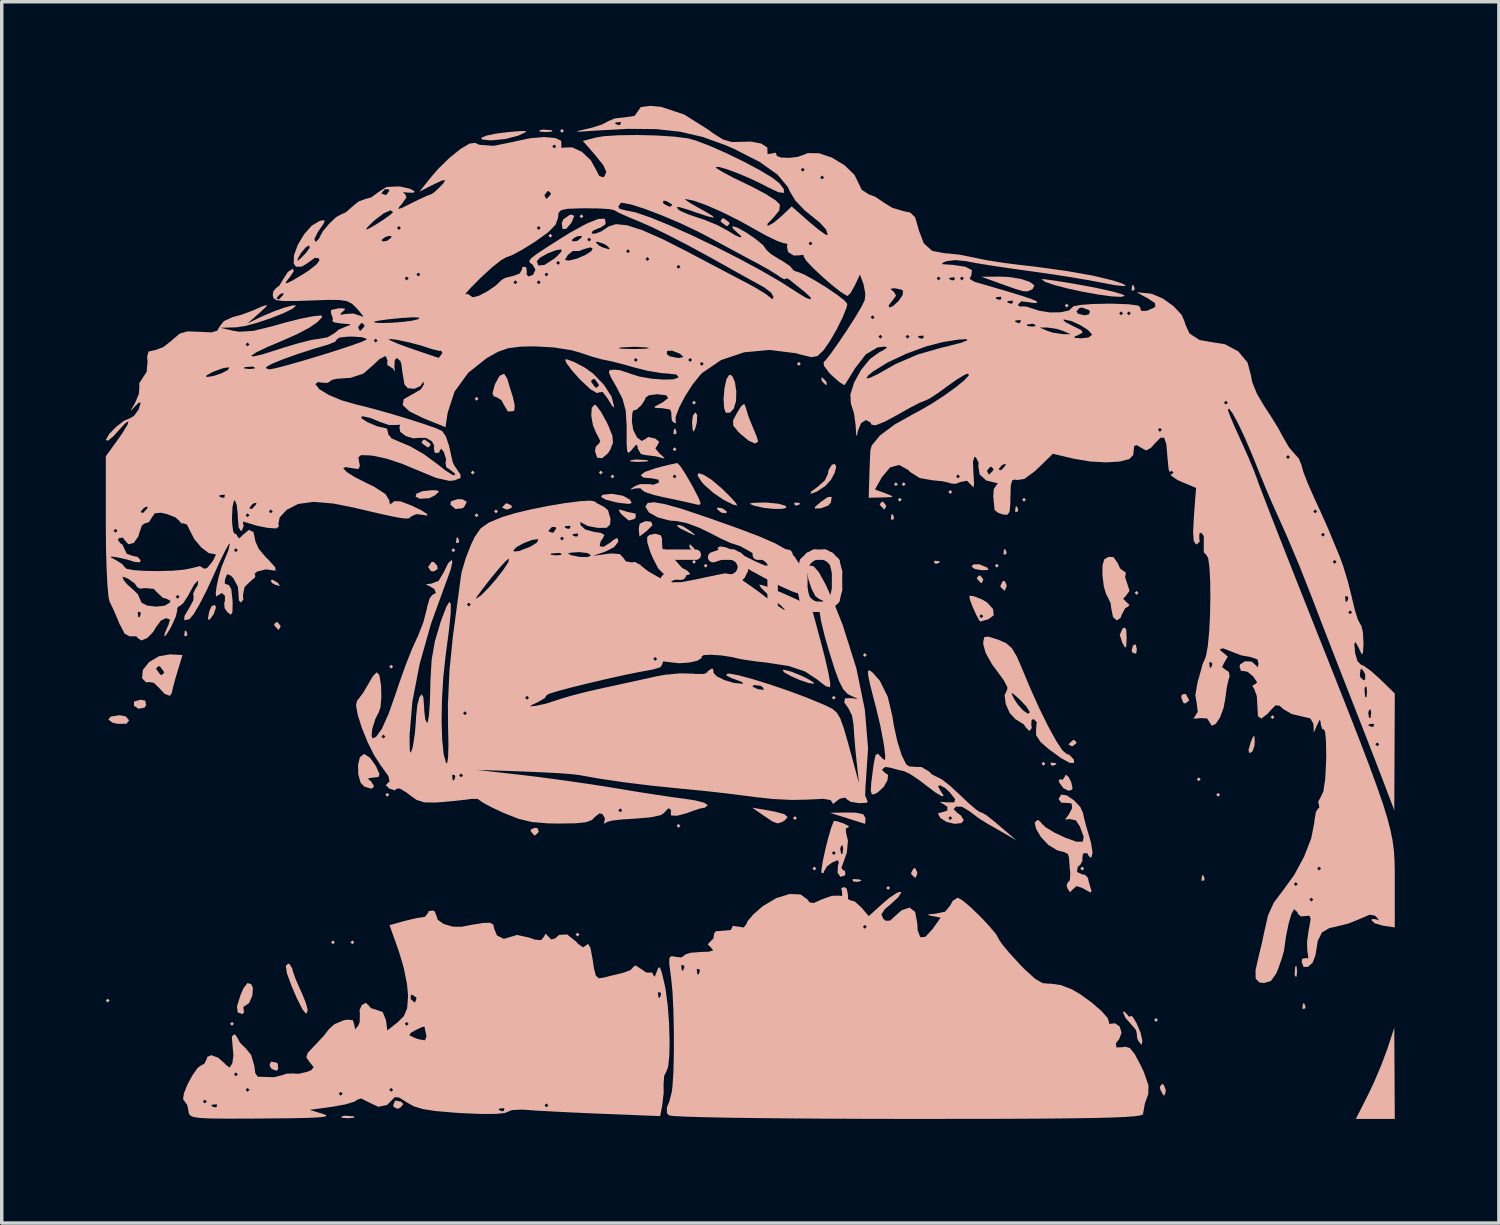
<source format=kicad_pcb>
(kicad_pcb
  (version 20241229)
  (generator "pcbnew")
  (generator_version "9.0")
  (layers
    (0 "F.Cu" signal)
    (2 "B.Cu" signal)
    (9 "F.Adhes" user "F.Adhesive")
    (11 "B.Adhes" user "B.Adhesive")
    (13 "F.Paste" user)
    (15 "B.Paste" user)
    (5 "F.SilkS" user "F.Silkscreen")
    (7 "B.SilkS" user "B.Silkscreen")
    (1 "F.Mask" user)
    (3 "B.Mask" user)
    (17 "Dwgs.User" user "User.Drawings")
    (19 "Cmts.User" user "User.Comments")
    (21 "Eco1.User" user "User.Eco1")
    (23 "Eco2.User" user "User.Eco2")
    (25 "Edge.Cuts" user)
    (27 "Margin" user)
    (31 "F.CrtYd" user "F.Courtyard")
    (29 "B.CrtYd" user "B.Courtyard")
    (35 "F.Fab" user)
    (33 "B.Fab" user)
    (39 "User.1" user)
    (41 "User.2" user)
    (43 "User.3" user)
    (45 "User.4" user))
  (footprint "OTS3"
    (layer "F.Cu")
    (at 18.574 13.758)
    (property "Reference" "OTS3" (at 0 0 0) (layer "B.SilkS") (effects (font (size 1.5 1.5) (thickness 0.3)) (justify mirror)))
    (attr board_only exclude_from_pos_files exclude_from_bom)
    (fp_poly (pts (xy -6.947 -6.742) (xy -7.618 -6.487) (xy -8.148 -6.082) (xy -8.52 -5.544) (xy -8.715 -4.89) (xy -8.74 -4.527) (xy -8.64 -3.821) (xy -8.354 -3.223) (xy -7.9 -2.75) (xy -7.297 -2.419) (xy -6.562 -2.245) (xy -6.155 -2.223) (xy -5.618 -2.253) (xy -5.175 -2.363) (xy -4.815 -2.52) (xy -4.219 -2.92) (xy -3.818 -3.433) (xy -3.607 -4.064) (xy -3.578 -4.425) (xy -3.785 -4.425) (xy -3.903 -3.895) (xy -4.165 -3.405) (xy -4.559 -2.985) (xy -5.077 -2.667) (xy -5.709 -2.482) (xy -6.155 -2.448) (xy -6.773 -2.514) (xy -7.367 -2.738) (xy -7.371 -2.739) (xy -7.936 -3.13) (xy -8.315 -3.64) (xy -8.498 -4.254) (xy -8.515 -4.527) (xy -8.414 -5.152) (xy -8.134 -5.687) (xy -7.708 -6.116) (xy -7.169 -6.421) (xy -6.55 -6.586) (xy -5.883 -6.594) (xy -5.203 -6.43) (xy -4.939 -6.314) (xy -4.387 -5.939) (xy -4.017 -5.478) (xy -3.82 -4.963) (xy -3.785 -4.425) (xy -3.578 -4.425) (xy -3.57 -4.527) (xy -3.669 -5.233) (xy -3.956 -5.831) (xy -4.41 -6.304) (xy -5.013 -6.635) (xy -5.747 -6.809) (xy -6.155 -6.831)) (stroke (width 0) (type solid)) (fill yes) (layer "B.Mask"))
    (fp_poly (pts (xy 0.023 -6.688) (xy -0.409 -6.611) (xy -0.623 -6.544) (xy -1.23 -6.184) (xy -1.679 -5.701) (xy -1.969 -5.132) (xy -2.102 -4.513) (xy -2.075 -3.883) (xy -1.891 -3.277) (xy -1.548 -2.732) (xy -1.047 -2.286) (xy -0.623 -2.06) (xy -0.168 -1.943) (xy 0.399 -1.897) (xy 0.979 -1.922) (xy 1.475 -2.019) (xy 1.6 -2.065) (xy 2.203 -2.433) (xy 2.646 -2.923) (xy 2.93 -3.496) (xy 3.055 -4.117) (xy 3.042 -4.363) (xy 2.829 -4.363) (xy 2.765 -3.768) (xy 2.537 -3.207) (xy 2.147 -2.718) (xy 1.593 -2.339) (xy 1.487 -2.289) (xy 0.983 -2.156) (xy 0.387 -2.123) (xy -0.194 -2.189) (xy -0.509 -2.284) (xy -1.095 -2.634) (xy -1.518 -3.102) (xy -1.779 -3.649) (xy -1.878 -4.239) (xy -1.814 -4.832) (xy -1.587 -5.391) (xy -1.199 -5.879) (xy -0.647 -6.257) (xy -0.509 -6.32) (xy 0.038 -6.458) (xy 0.666 -6.482) (xy 1.259 -6.389) (xy 1.462 -6.32) (xy 2.047 -5.97) (xy 2.47 -5.502) (xy 2.731 -4.953) (xy 2.829 -4.363) (xy 3.042 -4.363) (xy 3.022 -4.749) (xy 2.83 -5.354) (xy 2.48 -5.895) (xy 1.971 -6.336) (xy 1.576 -6.544) (xy 1.225 -6.641) (xy 0.772 -6.705) (xy 0.476 -6.718)) (stroke (width 0) (type solid)) (fill yes) (layer "B.Mask"))
    (fp_poly (pts (xy -18.574 12.029) (xy -18.519 12.085) (xy -18.463 12.029) (xy -18.519 11.973)) (stroke (width 0) (type solid)) (fill yes) (layer "B.SilkS"))
    (fp_poly (pts (xy -14.994 12.7) (xy -14.938 12.756) (xy -14.882 12.7) (xy -14.938 12.644)) (stroke (width 0) (type solid)) (fill yes) (layer "B.SilkS"))
    (fp_poly (pts (xy -12.085 10.35) (xy -12.029 10.406) (xy -11.973 10.35) (xy -12.029 10.294)) (stroke (width 0) (type solid)) (fill yes) (layer "B.SilkS"))
    (fp_poly (pts (xy -11.525 10.35) (xy -11.469 10.406) (xy -11.413 10.35) (xy -11.469 10.294)) (stroke (width 0) (type solid)) (fill yes) (layer "B.SilkS"))
    (fp_poly (pts (xy -10.518 6.098) (xy -10.462 6.154) (xy -10.406 6.098) (xy -10.462 6.042)) (stroke (width 0) (type solid)) (fill yes) (layer "B.SilkS"))
    (fp_poly (pts (xy -10.406 2.406) (xy -10.35 2.462) (xy -10.294 2.406) (xy -10.35 2.35)) (stroke (width 0) (type solid)) (fill yes) (layer "B.SilkS"))
    (fp_poly (pts (xy -8.616 -0.951) (xy -8.56 -0.895) (xy -8.504 -0.951) (xy -8.56 -1.007)) (stroke (width 0) (type solid)) (fill yes) (layer "B.SilkS"))
    (fp_poly (pts (xy -8.056 -3.189) (xy -8 -3.133) (xy -7.944 -3.189) (xy -8 -3.245)) (stroke (width 0) (type solid)) (fill yes) (layer "B.SilkS"))
    (fp_poly (pts (xy -7.944 -5.315) (xy -7.889 -5.259) (xy -7.833 -5.315) (xy -7.889 -5.371)) (stroke (width 0) (type solid)) (fill yes) (layer "B.SilkS"))
    (fp_poly (pts (xy -7.944 -1.958) (xy -7.889 -1.902) (xy -7.833 -1.958) (xy -7.889 -2.014)) (stroke (width 0) (type solid)) (fill yes) (layer "B.SilkS"))
    (fp_poly (pts (xy -7.385 -2.07) (xy -7.329 -2.014) (xy -7.273 -2.07) (xy -7.329 -2.126)) (stroke (width 0) (type solid)) (fill yes) (layer "B.SilkS"))
    (fp_poly (pts (xy -5.819 -10.015) (xy -5.763 -9.959) (xy -5.707 -10.015) (xy -5.763 -10.07)) (stroke (width 0) (type solid)) (fill yes) (layer "B.SilkS"))
    (fp_poly (pts (xy -5.483 -13.036) (xy -5.427 -12.98) (xy -5.371 -13.036) (xy -5.427 -13.092)) (stroke (width 0) (type solid)) (fill yes) (layer "B.SilkS"))
    (fp_poly (pts (xy -5.035 10.126) (xy -4.979 10.182) (xy -4.923 10.126) (xy -4.979 10.07)) (stroke (width 0) (type solid)) (fill yes) (layer "B.SilkS"))
    (fp_poly (pts (xy -4.923 -10.574) (xy -4.867 -10.518) (xy -4.811 -10.574) (xy -4.867 -10.63)) (stroke (width 0) (type solid)) (fill yes) (layer "B.SilkS"))
    (fp_poly (pts (xy -4.364 -3.189) (xy -4.308 -3.133) (xy -4.252 -3.189) (xy -4.308 -3.245)) (stroke (width 0) (type solid)) (fill yes) (layer "B.SilkS"))
    (fp_poly (pts (xy -4.028 -3.077) (xy -3.972 -3.021) (xy -3.916 -3.077) (xy -3.972 -3.133)) (stroke (width 0) (type solid)) (fill yes) (layer "B.SilkS"))
    (fp_poly (pts (xy -2.238 -3.86) (xy -2.182 -3.804) (xy -2.126 -3.86) (xy -2.182 -3.916)) (stroke (width 0) (type solid)) (fill yes) (layer "B.SilkS"))
    (fp_poly (pts (xy -2.126 6.993) (xy -2.07 7.049) (xy -2.014 6.993) (xy -2.07 6.937)) (stroke (width 0) (type solid)) (fill yes) (layer "B.SilkS"))
    (fp_poly (pts (xy -1.678 -5.203) (xy -1.622 -5.147) (xy -1.567 -5.203) (xy -1.622 -5.259)) (stroke (width 0) (type solid)) (fill yes) (layer "B.SilkS"))
    (fp_poly (pts (xy -1.678 -0.615) (xy -1.622 -0.559) (xy -1.567 -0.615) (xy -1.622 -0.671)) (stroke (width 0) (type solid)) (fill yes) (layer "B.SilkS"))
    (fp_poly (pts (xy -1.343 -0.504) (xy -1.287 -0.448) (xy -1.231 -0.504) (xy -1.287 -0.559)) (stroke (width 0) (type solid)) (fill yes) (layer "B.SilkS"))
    (fp_poly (pts (xy 1.231 6.77) (xy 1.287 6.826) (xy 1.343 6.77) (xy 1.287 6.714)) (stroke (width 0) (type solid)) (fill yes) (layer "B.SilkS"))
    (fp_poly (pts (xy 1.343 -6.322) (xy 1.399 -6.266) (xy 1.455 -6.322) (xy 1.399 -6.378)) (stroke (width 0) (type solid)) (fill yes) (layer "B.SilkS"))
    (fp_poly (pts (xy 1.79 8.224) (xy 1.846 8.28) (xy 1.902 8.224) (xy 1.846 8.168)) (stroke (width 0) (type solid)) (fill yes) (layer "B.SilkS"))
    (fp_poly (pts (xy 2.35 3.301) (xy 2.406 3.357) (xy 2.462 3.301) (xy 2.406 3.245)) (stroke (width 0) (type solid)) (fill yes) (layer "B.SilkS"))
    (fp_poly (pts (xy 3.245 2.07) (xy 3.301 2.126) (xy 3.357 2.07) (xy 3.301 2.014)) (stroke (width 0) (type solid)) (fill yes) (layer "B.SilkS"))
    (fp_poly (pts (xy 3.916 8.784) (xy 3.972 8.84) (xy 4.028 8.784) (xy 3.972 8.728)) (stroke (width 0) (type solid)) (fill yes) (layer "B.SilkS"))
    (fp_poly (pts (xy 4.14 -2.853) (xy 4.196 -2.797) (xy 4.252 -2.853) (xy 4.196 -2.909)) (stroke (width 0) (type solid)) (fill yes) (layer "B.SilkS"))
    (fp_poly (pts (xy 4.252 -2.406) (xy 4.308 -2.35) (xy 4.364 -2.406) (xy 4.308 -2.462)) (stroke (width 0) (type solid)) (fill yes) (layer "B.SilkS"))
    (fp_poly (pts (xy 4.364 -2.853) (xy 4.42 -2.797) (xy 4.476 -2.853) (xy 4.42 -2.909)) (stroke (width 0) (type solid)) (fill yes) (layer "B.SilkS"))
    (fp_poly (pts (xy 5.707 -2.63) (xy 5.763 -2.574) (xy 5.819 -2.63) (xy 5.763 -2.685)) (stroke (width 0) (type solid)) (fill yes) (layer "B.SilkS"))
    (fp_poly (pts (xy 7.049 -0.504) (xy 7.105 -0.448) (xy 7.161 -0.504) (xy 7.105 -0.559)) (stroke (width 0) (type solid)) (fill yes) (layer "B.SilkS"))
    (fp_poly (pts (xy 7.833 -2.406) (xy 7.889 -2.35) (xy 7.944 -2.406) (xy 7.889 -2.462)) (stroke (width 0) (type solid)) (fill yes) (layer "B.SilkS"))
    (fp_poly (pts (xy 8.392 5.203) (xy 8.448 5.259) (xy 8.504 5.203) (xy 8.448 5.147)) (stroke (width 0) (type solid)) (fill yes) (layer "B.SilkS"))
    (fp_poly (pts (xy 9.063 -8) (xy 9.119 -7.944) (xy 9.175 -8) (xy 9.119 -8.056)) (stroke (width 0) (type solid)) (fill yes) (layer "B.SilkS"))
    (fp_poly (pts (xy 9.511 8.224) (xy 9.567 8.28) (xy 9.623 8.224) (xy 9.567 8.168)) (stroke (width 0) (type solid)) (fill yes) (layer "B.SilkS"))
    (fp_poly (pts (xy 11.078 0.28) (xy 11.133 0.336) (xy 11.189 0.28) (xy 11.133 0.224)) (stroke (width 0) (type solid)) (fill yes) (layer "B.SilkS"))
    (fp_poly (pts (xy 11.637 12.588) (xy 11.693 12.644) (xy 11.749 12.588) (xy 11.693 12.532)) (stroke (width 0) (type solid)) (fill yes) (layer "B.SilkS"))
    (fp_poly (pts (xy 12.868 5.651) (xy 12.924 5.707) (xy 12.98 5.651) (xy 12.924 5.595)) (stroke (width 0) (type solid)) (fill yes) (layer "B.SilkS"))
    (fp_poly (pts (xy 13.427 6.098) (xy 13.483 6.154) (xy 13.539 6.098) (xy 13.483 6.042)) (stroke (width 0) (type solid)) (fill yes) (layer "B.SilkS"))
    (fp_poly (pts (xy 14.994 3.86) (xy 15.05 3.916) (xy 15.106 3.86) (xy 15.05 3.804)) (stroke (width 0) (type solid)) (fill yes) (layer "B.SilkS"))
    (fp_poly (pts (xy -16.299 1.38) (xy -16.313 1.513) (xy -16.299 1.529) (xy -16.233 1.514) (xy -16.225 1.455) (xy -16.266 1.363)) (stroke (width 0) (type solid)) (fill yes) (layer "B.SilkS"))
    (fp_poly (pts (xy -8.467 -1.305) (xy -8.48 -1.173) (xy -8.467 -1.156) (xy -8.4 -1.172) (xy -8.392 -1.231) (xy -8.433 -1.323)) (stroke (width 0) (type solid)) (fill yes) (layer "B.SilkS"))
    (fp_poly (pts (xy -2.201 -4.438) (xy -2.214 -4.306) (xy -2.201 -4.289) (xy -2.134 -4.305) (xy -2.126 -4.364) (xy -2.167 -4.456)) (stroke (width 0) (type solid)) (fill yes) (layer "B.SilkS"))
    (fp_poly (pts (xy 1.268 -2.312) (xy 1.283 -2.246) (xy 1.343 -2.238) (xy 1.435 -2.279) (xy 1.417 -2.312) (xy 1.285 -2.326)) (stroke (width 0) (type solid)) (fill yes) (layer "B.SilkS"))
    (fp_poly (pts (xy 2.94 8.548) (xy 2.973 8.599) (xy 3.086 8.607) (xy 3.206 8.58) (xy 3.154 8.539) (xy 2.979 8.526)) (stroke (width 0) (type solid)) (fill yes) (layer "B.SilkS"))
    (fp_poly (pts (xy 4.065 -1.977) (xy 4.052 -1.844) (xy 4.065 -1.828) (xy 4.132 -1.843) (xy 4.14 -1.902) (xy 4.099 -1.994)) (stroke (width 0) (type solid)) (fill yes) (layer "B.SilkS"))
    (fp_poly (pts (xy 5.296 -0.634) (xy 5.312 -0.568) (xy 5.371 -0.559) (xy 5.463 -0.6) (xy 5.446 -0.634) (xy 5.313 -0.647)) (stroke (width 0) (type solid)) (fill yes) (layer "B.SilkS"))
    (fp_poly (pts (xy 7.31 -0.97) (xy 7.297 -0.837) (xy 7.31 -0.821) (xy 7.377 -0.836) (xy 7.385 -0.895) (xy 7.344 -0.987)) (stroke (width 0) (type solid)) (fill yes) (layer "B.SilkS"))
    (fp_poly (pts (xy 7.646 -2.201) (xy 7.633 -2.068) (xy 7.646 -2.051) (xy 7.713 -2.067) (xy 7.721 -2.126) (xy 7.68 -2.218)) (stroke (width 0) (type solid)) (fill yes) (layer "B.SilkS"))
    (fp_poly (pts (xy 8.653 5.184) (xy 8.669 5.251) (xy 8.728 5.259) (xy 8.82 5.218) (xy 8.802 5.184) (xy 8.67 5.171)) (stroke (width 0) (type solid)) (fill yes) (layer "B.SilkS"))
    (fp_poly (pts (xy 11.003 -8.579) (xy 10.99 -8.446) (xy 11.003 -8.429) (xy 11.069 -8.445) (xy 11.078 -8.504) (xy 11.037 -8.596)) (stroke (width 0) (type solid)) (fill yes) (layer "B.SilkS"))
    (fp_poly (pts (xy 11.031 1.792) (xy 10.987 1.95) (xy 11.031 2.012) (xy 11.121 2.03) (xy 11.141 1.902) (xy 11.105 1.759)) (stroke (width 0) (type solid)) (fill yes) (layer "B.SilkS"))
    (fp_poly (pts (xy 13.017 8.429) (xy 13.004 8.562) (xy 13.017 8.579) (xy 13.084 8.563) (xy 13.092 8.504) (xy 13.051 8.412)) (stroke (width 0) (type solid)) (fill yes) (layer "B.SilkS"))
    (fp_poly (pts (xy 15.703 11.05) (xy 15.688 11.279) (xy 15.703 11.329) (xy 15.744 11.343) (xy 15.759 11.189) (xy 15.742 11.031)) (stroke (width 0) (type solid)) (fill yes) (layer "B.SilkS"))
    (fp_poly (pts (xy 15.926 12.122) (xy 15.913 12.255) (xy 15.926 12.271) (xy 15.993 12.256) (xy 16.001 12.196) (xy 15.96 12.104)) (stroke (width 0) (type solid)) (fill yes) (layer "B.SilkS"))
    (fp_poly (pts (xy -17.76 3.412) (xy -17.765 3.53) (xy -17.633 3.618) (xy -17.461 3.587) (xy -17.412 3.518) (xy -17.438 3.384) (xy -17.571 3.357)) (stroke (width 0) (type solid)) (fill yes) (layer "B.SilkS"))
    (fp_poly (pts (xy -15.529 0.665) (xy -15.592 0.808) (xy -15.634 1.035) (xy -15.587 1.058) (xy -15.467 0.895) (xy -15.4 0.706) (xy -15.431 0.622)) (stroke (width 0) (type solid)) (fill yes) (layer "B.SilkS"))
    (fp_poly (pts (xy -13.858 13.898) (xy -13.796 13.998) (xy -13.656 14.053) (xy -13.606 14.004) (xy -13.616 13.853) (xy -13.657 13.815) (xy -13.816 13.789)) (stroke (width 0) (type solid)) (fill yes) (layer "B.SilkS"))
    (fp_poly (pts (xy -13.822 -0.09) (xy -13.788 -0.007) (xy -13.684 0.049) (xy -13.553 0.083) (xy -13.607 0.001) (xy -13.621 -0.014) (xy -13.768 -0.102)) (stroke (width 0) (type solid)) (fill yes) (layer "B.SilkS"))
    (fp_poly (pts (xy -10.291 15.042) (xy -10.278 15.095) (xy -10.168 15.15) (xy -10.087 15.116) (xy -9.998 15.011) (xy -10.066 14.941) (xy -10.236 14.911)) (stroke (width 0) (type solid)) (fill yes) (layer "B.SilkS"))
    (fp_poly (pts (xy -9.187 -0.608) (xy -9.285 -0.467) (xy -9.208 -0.352) (xy -9.123 -0.336) (xy -9.01 -0.41) (xy -9.023 -0.503) (xy -9.128 -0.617)) (stroke (width 0) (type solid)) (fill yes) (layer "B.SilkS"))
    (fp_poly (pts (xy -7.057 -2.289) (xy -7.156 -2.181) (xy -7.043 -2.128) (xy -6.987 -2.126) (xy -6.872 -2.181) (xy -6.883 -2.24) (xy -7.017 -2.304)) (stroke (width 0) (type solid)) (fill yes) (layer "B.SilkS"))
    (fp_poly (pts (xy -0.95 -2.125) (xy -0.831 -2.032) (xy -0.702 -2.016) (xy -0.671 -2.058) (xy -0.759 -2.13) (xy -0.845 -2.169) (xy -0.961 -2.177)) (stroke (width 0) (type solid)) (fill yes) (layer "B.SilkS"))
    (fp_poly (pts (xy 4.698 8.225) (xy 4.633 8.359) (xy 4.648 8.4) (xy 4.756 8.499) (xy 4.809 8.386) (xy 4.811 8.33) (xy 4.756 8.214)) (stroke (width 0) (type solid)) (fill yes) (layer "B.SilkS"))
    (fp_poly (pts (xy 7.271 -0.055) (xy 7.207 0.079) (xy 7.222 0.12) (xy 7.33 0.219) (xy 7.383 0.106) (xy 7.385 0.049) (xy 7.33 -0.066)) (stroke (width 0) (type solid)) (fill yes) (layer "B.SilkS"))
    (fp_poly (pts (xy -18.433 3.844) (xy -18.503 3.931) (xy -18.377 4.021) (xy -18.238 4.052) (xy -17.978 4.051) (xy -17.903 3.953) (xy -17.999 3.839) (xy -18.176 3.804)) (stroke (width 0) (type solid)) (fill yes) (layer "B.SilkS"))
    (fp_poly (pts (xy -13.725 1.187) (xy -13.707 1.231) (xy -13.606 1.338) (xy -13.589 1.343) (xy -13.54 1.256) (xy -13.539 1.231) (xy -13.625 1.123) (xy -13.658 1.119)) (stroke (width 0) (type solid)) (fill yes) (layer "B.SilkS"))
    (fp_poly (pts (xy -11.779 15.368) (xy -11.783 15.405) (xy -11.608 15.42) (xy -11.581 15.42) (xy -11.408 15.403) (xy -11.424 15.369) (xy -11.443 15.364) (xy -11.687 15.347)) (stroke (width 0) (type solid)) (fill yes) (layer "B.SilkS"))
    (fp_poly (pts (xy -9.473 -4.071) (xy -9.455 -4.028) (xy -9.307 -3.92) (xy -9.274 -3.916) (xy -9.213 -3.985) (xy -9.231 -4.028) (xy -9.38 -4.136) (xy -9.412 -4.14)) (stroke (width 0) (type solid)) (fill yes) (layer "B.SilkS"))
    (fp_poly (pts (xy -8.625 -2.362) (xy -8.646 -2.266) (xy -8.5 -2.138) (xy -8.299 -2.159) (xy -8.243 -2.201) (xy -8.171 -2.347) (xy -8.301 -2.419) (xy -8.434 -2.422)) (stroke (width 0) (type solid)) (fill yes) (layer "B.SilkS"))
    (fp_poly (pts (xy -6.331 7.102) (xy -6.322 7.161) (xy -6.226 7.268) (xy -6.21 7.273) (xy -6.121 7.195) (xy -6.098 7.161) (xy -6.125 7.066) (xy -6.21 7.049)) (stroke (width 0) (type solid)) (fill yes) (layer "B.SilkS"))
    (fp_poly (pts (xy -6.072 -13.053) (xy -6.076 -13.016) (xy -5.901 -13.001) (xy -5.874 -13.002) (xy -5.701 -13.018) (xy -5.717 -13.052) (xy -5.737 -13.057) (xy -5.98 -13.074)) (stroke (width 0) (type solid)) (fill yes) (layer "B.SilkS"))
    (fp_poly (pts (xy -3.442 -3.546) (xy -3.468 -3.515) (xy -3.308 -3.498) (xy -3.189 -3.497) (xy -2.972 -3.508) (xy -2.939 -3.533) (xy -2.994 -3.548) (xy -3.286 -3.566)) (stroke (width 0) (type solid)) (fill yes) (layer "B.SilkS"))
    (fp_poly (pts (xy -2.125 -1.657) (xy -2.023 -1.581) (xy -1.79 -1.464) (xy -1.605 -1.379) (xy -1.605 -1.403) (xy -1.728 -1.504) (xy -1.936 -1.639) (xy -2.054 -1.678)) (stroke (width 0) (type solid)) (fill yes) (layer "B.SilkS"))
    (fp_poly (pts (xy -1.755 -1.047) (xy -1.734 -1.007) (xy -1.629 -0.9) (xy -1.609 -0.895) (xy -1.602 -0.967) (xy -1.622 -1.007) (xy -1.728 -1.114) (xy -1.748 -1.119)) (stroke (width 0) (type solid)) (fill yes) (layer "B.SilkS"))
    (fp_poly (pts (xy -1.655 -4.828) (xy -1.678 -4.644) (xy -1.664 -4.433) (xy -1.636 -4.364) (xy -1.585 -4.459) (xy -1.539 -4.644) (xy -1.531 -4.852) (xy -1.582 -4.923)) (stroke (width 0) (type solid)) (fill yes) (layer "B.SilkS"))
    (fp_poly (pts (xy -0.857 -10.449) (xy -0.839 -10.406) (xy -0.691 -10.298) (xy -0.658 -10.294) (xy -0.597 -10.363) (xy -0.615 -10.406) (xy -0.764 -10.514) (xy -0.796 -10.518)) (stroke (width 0) (type solid)) (fill yes) (layer "B.SilkS"))
    (fp_poly (pts (xy 2.049 -5.858) (xy 2.07 -5.819) (xy 2.175 -5.712) (xy 2.195 -5.707) (xy 2.203 -5.779) (xy 2.182 -5.819) (xy 2.077 -5.925) (xy 2.057 -5.93)) (stroke (width 0) (type solid)) (fill yes) (layer "B.SilkS"))
    (fp_poly (pts (xy 2.234 -2.483) (xy 2.038 -2.347) (xy 1.866 -2.201) (xy 1.865 -2.152) (xy 2.023 -2.157) (xy 2.241 -2.233) (xy 2.321 -2.323) (xy 2.347 -2.489)) (stroke (width 0) (type solid)) (fill yes) (layer "B.SilkS"))
    (fp_poly (pts (xy 3.731 -2.281) (xy 3.748 -2.238) (xy 3.849 -2.131) (xy 3.867 -2.126) (xy 3.915 -2.213) (xy 3.916 -2.238) (xy 3.83 -2.345) (xy 3.798 -2.35)) (stroke (width 0) (type solid)) (fill yes) (layer "B.SilkS"))
    (fp_poly (pts (xy 6.423 -0.54) (xy 6.378 -0.476) (xy 6.475 -0.408) (xy 6.675 -0.374) (xy 6.86 -0.381) (xy 6.839 -0.44) (xy 6.815 -0.457) (xy 6.595 -0.546)) (stroke (width 0) (type solid)) (fill yes) (layer "B.SilkS"))
    (fp_poly (pts (xy 6.528 -0.155) (xy 6.546 -0.112) (xy 6.646 -0.005) (xy 6.664 0) (xy 6.712 -0.087) (xy 6.714 -0.112) (xy 6.628 -0.219) (xy 6.595 -0.224)) (stroke (width 0) (type solid)) (fill yes) (layer "B.SilkS"))
    (fp_poly (pts (xy 9.287 4.532) (xy 9.18 4.632) (xy 9.175 4.65) (xy 9.262 4.698) (xy 9.287 4.7) (xy 9.395 4.614) (xy 9.399 4.581) (xy 9.331 4.514)) (stroke (width 0) (type solid)) (fill yes) (layer "B.SilkS"))
    (fp_poly (pts (xy 11.803 14.516) (xy 11.82 14.602) (xy 11.9 14.749) (xy 11.929 14.77) (xy 11.968 14.679) (xy 11.973 14.602) (xy 11.914 14.453) (xy 11.864 14.434)) (stroke (width 0) (type solid)) (fill yes) (layer "B.SilkS"))
    (fp_poly (pts (xy 12.436 3.214) (xy 12.42 3.294) (xy 12.479 3.447) (xy 12.532 3.469) (xy 12.641 3.388) (xy 12.644 3.363) (xy 12.563 3.212) (xy 12.532 3.189)) (stroke (width 0) (type solid)) (fill yes) (layer "B.SilkS"))
    (fp_poly (pts (xy 14.482 4.44) (xy 14.425 4.576) (xy 14.357 4.811) (xy 14.386 4.901) (xy 14.472 4.849) (xy 14.53 4.687) (xy 14.539 4.541) (xy 14.526 4.392)) (stroke (width 0) (type solid)) (fill yes) (layer "B.SilkS"))
    (fp_poly (pts (xy -9.451 -2.651) (xy -9.622 -2.58) (xy -9.646 -2.494) (xy -9.526 -2.433) (xy -9.255 -2.449) (xy -9.097 -2.526) (xy -8.97 -2.638) (xy -9.034 -2.676) (xy -9.175 -2.68)) (stroke (width 0) (type solid)) (fill yes) (layer "B.SilkS"))
    (fp_poly (pts (xy -5.211 -10.612) (xy -5.393 -10.483) (xy -5.434 -10.378) (xy -5.413 -10.209) (xy -5.306 -10.212) (xy -5.161 -10.382) (xy -5.142 -10.416) (xy -5.073 -10.586) (xy -5.149 -10.622)) (stroke (width 0) (type solid)) (fill yes) (layer "B.SilkS"))
    (fp_poly (pts (xy -3.188 -1.716) (xy -3.214 -1.567) (xy -3.199 -1.386) (xy -3.193 -1.346) (xy -3.114 -1.407) (xy -2.993 -1.498) (xy -2.819 -1.672) (xy -2.854 -1.769) (xy -3.014 -1.79)) (stroke (width 0) (type solid)) (fill yes) (layer "B.SilkS"))
    (fp_poly (pts (xy 10.723 1.317) (xy 10.649 1.49) (xy 10.716 1.703) (xy 10.798 1.854) (xy 10.834 1.828) (xy 10.846 1.601) (xy 10.846 1.572) (xy 10.834 1.327) (xy 10.776 1.276)) (stroke (width 0) (type solid)) (fill yes) (layer "B.SilkS"))
    (fp_poly (pts (xy 18.355 13.436) (xy 18.187 13.886) (xy 17.968 14.4) (xy 17.801 14.751) (xy 17.452 15.441) (xy 18.013 15.441) (xy 18.574 15.441) (xy 18.567 14.127) (xy 18.56 12.812)) (stroke (width 0) (type solid)) (fill yes) (layer "B.SilkS"))
    (fp_poly (pts (xy -3.759 -2.045) (xy -3.707 -1.979) (xy -3.502 -1.806) (xy -3.34 -1.85) (xy -3.301 -1.902) (xy -3.305 -2.006) (xy -3.341 -2.014) (xy -3.531 -2.051) (xy -3.655 -2.091) (xy -3.793 -2.128)) (stroke (width 0) (type solid)) (fill yes) (layer "B.SilkS"))
    (fp_poly (pts (xy 0.392 6.703) (xy 0.641 6.869) (xy 0.789 6.923) (xy 0.915 6.884) (xy 0.991 6.838) (xy 1.077 6.741) (xy 0.981 6.658) (xy 0.687 6.58) (xy 0.503 6.546) (xy 0.056 6.471)) (stroke (width 0) (type solid)) (fill yes) (layer "B.SilkS"))
    (fp_poly (pts (xy 2.294 6.617) (xy 2.797 6.775) (xy 3.094 6.869) (xy 3.28 6.927) (xy 3.31 6.936) (xy 3.318 6.846) (xy 3.32 6.77) (xy 3.257 6.661) (xy 3.044 6.614) (xy 2.807 6.609)) (stroke (width 0) (type solid)) (fill yes) (layer "B.SilkS"))
    (fp_poly (pts (xy -4.255 -2.549) (xy -4.303 -2.487) (xy -4.17 -2.409) (xy -3.875 -2.332) (xy -3.767 -2.314) (xy -3.502 -2.284) (xy -3.417 -2.313) (xy -3.473 -2.411) (xy -3.67 -2.521) (xy -3.971 -2.573) (xy -4.008 -2.574)) (stroke (width 0) (type solid)) (fill yes) (layer "B.SilkS"))
    (fp_poly (pts (xy 0.929 2.502) (xy 0.982 2.573) (xy 1.174 2.68) (xy 1.43 2.792) (xy 1.678 2.876) (xy 1.832 2.9) (xy 1.817 2.854) (xy 1.639 2.748) (xy 1.473 2.667) (xy 1.178 2.548) (xy 0.975 2.496)) (stroke (width 0) (type solid)) (fill yes) (layer "B.SilkS"))
    (fp_poly (pts (xy -0.686 -5.882) (xy -0.744 -5.62) (xy -0.77 -5.31) (xy -0.754 -5.04) (xy -0.704 -4.911) (xy -0.582 -4.916) (xy -0.478 -5.028) (xy -0.412 -5.244) (xy -0.403 -5.524) (xy -0.443 -5.794) (xy -0.521 -5.977) (xy -0.603 -6.01)) (stroke (width 0) (type solid)) (fill yes) (layer "B.SilkS"))
    (fp_poly (pts (xy 0.059 -2.314) (xy -0.02 -2.289) (xy 0.087 -2.241) (xy 0.112 -2.233) (xy 0.391 -2.171) (xy 0.678 -2.141) (xy 0.915 -2.142) (xy 1.042 -2.174) (xy 1.016 -2.23) (xy 0.811 -2.29) (xy 0.486 -2.323) (xy 0.344 -2.325)) (stroke (width 0) (type solid)) (fill yes) (layer "B.SilkS"))
    (fp_poly (pts (xy 6.658 -8.832) (xy 7.269 -8.612) (xy 7.638 -8.481) (xy 7.857 -8.416) (xy 7.986 -8.409) (xy 8.087 -8.451) (xy 8.143 -8.486) (xy 8.186 -8.585) (xy 8.051 -8.686) (xy 7.785 -8.772) (xy 7.435 -8.826) (xy 7.184 -8.836)) (stroke (width 0) (type solid)) (fill yes) (layer "B.SilkS"))
    (fp_poly (pts (xy 9.065 5.573) (xy 9.002 5.666) (xy 8.953 5.651) (xy 8.888 5.669) (xy 8.906 5.748) (xy 9.022 5.906) (xy 9.172 5.984) (xy 9.275 5.949) (xy 9.286 5.899) (xy 9.248 5.731) (xy 9.169 5.581) (xy 9.093 5.515)) (stroke (width 0) (type solid)) (fill yes) (layer "B.SilkS"))
    (fp_poly (pts (xy -6.937 -13.005) (xy -7.332 -12.957) (xy -7.612 -12.897) (xy -7.754 -12.837) (xy -7.731 -12.789) (xy -7.52 -12.765) (xy -7.441 -12.764) (xy -7.051 -12.804) (xy -6.692 -12.898) (xy -6.658 -12.912) (xy -6.483 -12.994) (xy -6.462 -13.031) (xy -6.619 -13.031)) (stroke (width 0) (type solid)) (fill yes) (layer "B.SilkS"))
    (fp_poly (pts (xy -1.521 -3.1) (xy -1.398 -2.915) (xy -1.323 -2.831) (xy -1.067 -2.604) (xy -0.762 -2.398) (xy -0.491 -2.263) (xy -0.379 -2.238) (xy -0.412 -2.307) (xy -0.575 -2.488) (xy -0.833 -2.741) (xy -1.122 -2.985) (xy -1.353 -3.129) (xy -1.496 -3.17)) (stroke (width 0) (type solid)) (fill yes) (layer "B.SilkS"))
    (fp_poly (pts (xy -14.605 11.67) (xy -14.689 11.862) (xy -14.794 12.194) (xy -14.775 12.37) (xy -14.633 12.42) (xy -14.584 12.351) (xy -14.602 12.308) (xy -14.61 12.204) (xy -14.581 12.196) (xy -14.444 12.1) (xy -14.351 11.887) (xy -14.335 11.661) (xy -14.385 11.555) (xy -14.493 11.525)) (stroke (width 0) (type solid)) (fill yes) (layer "B.SilkS"))
    (fp_poly (pts (xy -13.388 11.033) (xy -13.354 11.246) (xy -13.215 11.623) (xy -13.076 11.945) (xy -12.907 12.284) (xy -12.802 12.413) (xy -12.76 12.331) (xy -12.76 12.28) (xy -12.808 12.099) (xy -12.925 11.811) (xy -12.98 11.693) (xy -13.113 11.388) (xy -13.192 11.156) (xy -13.2 11.106) (xy -13.279 10.975) (xy -13.323 10.966)) (stroke (width 0) (type solid)) (fill yes) (layer "B.SilkS"))
    (fp_poly (pts (xy 2.35 -3.413) (xy 2.252 -3.253) (xy 2.238 -3.152) (xy 2.15 -2.964) (xy 1.938 -2.775) (xy 1.93 -2.77) (xy 1.757 -2.643) (xy 1.735 -2.578) (xy 1.747 -2.577) (xy 1.915 -2.639) (xy 2.151 -2.793) (xy 2.167 -2.805) (xy 2.323 -2.978) (xy 2.432 -3.181) (xy 2.476 -3.355) (xy 2.436 -3.439)) (stroke (width 0) (type solid)) (fill yes) (layer "B.SilkS"))
    (fp_poly (pts (xy 8.494 -8.686) (xy 8.763 -8.593) (xy 9.143 -8.494) (xy 9.581 -8.399) (xy 10.02 -8.32) (xy 10.407 -8.267) (xy 10.685 -8.252) (xy 10.798 -8.28) (xy 10.714 -8.328) (xy 10.452 -8.403) (xy 10.053 -8.493) (xy 9.618 -8.578) (xy 9.128 -8.663) (xy 8.732 -8.726) (xy 8.472 -8.761) (xy 8.392 -8.761)) (stroke (width 0) (type solid)) (fill yes) (layer "B.SilkS"))
    (fp_poly (pts (xy -0.263 -5.101) (xy -0.37 -4.932) (xy -0.495 -4.695) (xy -0.492 -4.541) (xy -0.346 -4.364) (xy -0.291 -4.309) (xy -0.049 -4.108) (xy 0.138 -4.025) (xy 0.223 -4.08) (xy 0.224 -4.095) (xy 0.182 -4.233) (xy 0.079 -4.481) (xy 0.064 -4.515) (xy -0.058 -4.819) (xy -0.131 -5.066) (xy -0.132 -5.071) (xy -0.176 -5.172)) (stroke (width 0) (type solid)) (fill yes) (layer "B.SilkS"))
    (fp_poly (pts (xy -7.224 -5.978) (xy -7.355 -5.744) (xy -7.368 -5.707) (xy -7.431 -5.47) (xy -7.387 -5.379) (xy -7.331 -5.371) (xy -7.176 -5.278) (xy -7.105 -5.147) (xy -6.986 -4.947) (xy -6.834 -4.957) (xy -6.8 -4.986) (xy -6.789 -5.124) (xy -6.845 -5.376) (xy -6.855 -5.405) (xy -6.946 -5.694) (xy -7.006 -5.898) (xy -7.007 -5.902) (xy -7.097 -6.037)) (stroke (width 0) (type solid)) (fill yes) (layer "B.SilkS"))
    (fp_poly (pts (xy 10.744 12.375) (xy 10.818 12.536) (xy 10.963 12.698) (xy 11.111 12.87) (xy 11.138 12.972) (xy 11.15 13.118) (xy 11.195 13.209) (xy 11.278 13.308) (xy 11.299 13.2) (xy 11.3 13.188) (xy 11.251 12.963) (xy 11.134 12.685) (xy 11.022 12.5) (xy 10.966 12.466) (xy 10.965 12.476) (xy 10.916 12.496) (xy 10.854 12.42) (xy 10.765 12.335)) (stroke (width 0) (type solid)) (fill yes) (layer "B.SilkS"))
    (fp_poly (pts (xy -11.252 5.017) (xy -11.306 5.241) (xy -11.298 5.514) (xy -11.231 5.751) (xy -11.124 5.862) (xy -10.924 5.924) (xy -10.858 5.882) (xy -10.854 5.828) (xy -10.941 5.698) (xy -10.994 5.669) (xy -11.012 5.624) (xy -10.879 5.604) (xy -10.714 5.584) (xy -10.687 5.5) (xy -10.783 5.288) (xy -10.798 5.259) (xy -10.961 5.03) (xy -11.124 4.924) (xy -11.136 4.923)) (stroke (width 0) (type solid)) (fill yes) (layer "B.SilkS"))
    (fp_poly (pts (xy -4.569 -5.055) (xy -4.584 -4.831) (xy -4.536 -4.555) (xy -4.432 -4.305) (xy -4.413 -4.277) (xy -4.323 -4.097) (xy -4.358 -4.028) (xy -4.454 -3.935) (xy -4.476 -3.804) (xy -4.415 -3.618) (xy -4.271 -3.602) (xy -4.098 -3.749) (xy -4.033 -3.852) (xy -3.958 -4.045) (xy -3.974 -4.247) (xy -4.09 -4.538) (xy -4.136 -4.635) (xy -4.296 -4.927) (xy -4.432 -5.113) (xy -4.486 -5.147)) (stroke (width 0) (type solid)) (fill yes) (layer "B.SilkS"))
    (fp_poly (pts (xy 6.313 0.363) (xy 6.329 0.472) (xy 6.408 0.684) (xy 6.512 0.915) (xy 6.603 1.078) (xy 6.638 1.106) (xy 6.747 1.071) (xy 6.86 1.041) (xy 6.981 0.951) (xy 6.714 0.951) (xy 6.658 1.007) (xy 6.602 0.951) (xy 6.658 0.895) (xy 6.714 0.951) (xy 6.981 0.951) (xy 7.015 0.926) (xy 6.997 0.746) (xy 6.824 0.554) (xy 6.676 0.466) (xy 6.443 0.375) (xy 6.315 0.362)) (stroke (width 0) (type solid)) (fill yes) (layer "B.SilkS"))
    (fp_poly (pts (xy -2.906 -1.391) (xy -2.973 -1.33) (xy -2.968 -1.173) (xy -2.881 -0.895) (xy -2.807 -0.722) (xy -2.652 -0.423) (xy -2.508 -0.276) (xy -2.297 -0.228) (xy -2.104 -0.224) (xy -1.821 -0.23) (xy -1.73 -0.264) (xy -1.8 -0.344) (xy -1.853 -0.384) (xy -2.03 -0.469) (xy -2.107 -0.44) (xy -2.204 -0.335) (xy -2.327 -0.431) (xy -2.456 -0.71) (xy -2.463 -0.732) (xy -2.536 -1.029) (xy -2.546 -1.247) (xy -2.54 -1.269) (xy -2.578 -1.38) (xy -2.734 -1.426)) (stroke (width 0) (type solid)) (fill yes) (layer "B.SilkS"))
    (fp_poly (pts (xy -17.049 2.107) (xy -17.328 2.274) (xy -17.508 2.501) (xy -17.529 2.735) (xy -17.526 2.743) (xy -17.412 2.86) (xy -17.335 2.848) (xy -17.19 2.871) (xy -17.049 3.009) (xy -16.877 3.19) (xy -16.731 3.246) (xy -16.671 3.161) (xy -16.64 3.012) (xy -16.564 2.73) (xy -16.521 2.587) (xy -16.896 2.587) (xy -16.965 2.647) (xy -17.008 2.63) (xy -17.116 2.481) (xy -17.12 2.448) (xy -17.051 2.388) (xy -17.008 2.406) (xy -16.9 2.554) (xy -16.896 2.587) (xy -16.521 2.587) (xy -16.517 2.574) (xy -16.365 2.07) (xy -16.731 2.051)) (stroke (width 0) (type solid)) (fill yes) (layer "B.SilkS"))
    (fp_poly (pts (xy 10.201 -0.689) (xy 10.149 -0.504) (xy 10.149 -0.23) (xy 10.189 0.097) (xy 10.26 0.332) (xy 10.289 0.375) (xy 10.384 0.575) (xy 10.406 0.743) (xy 10.454 0.977) (xy 10.56 1.073) (xy 10.671 0.999) (xy 10.706 0.906) (xy 10.806 0.718) (xy 10.895 0.67) (xy 10.927 0.622) (xy 10.854 0.558) (xy 10.746 0.449) (xy 10.837 0.35) (xy 10.931 0.216) (xy 10.869 0.029) (xy 10.802 -0.174) (xy 10.82 -0.265) (xy 10.809 -0.332) (xy 10.774 -0.336) (xy 10.655 -0.429) (xy 10.595 -0.569) (xy 10.469 -0.75) (xy 10.33 -0.761)) (stroke (width 0) (type solid)) (fill yes) (layer "B.SilkS"))
    (fp_poly (pts (xy -5.338 -6.448) (xy -5.299 -6.343) (xy -5.138 -6.128) (xy -4.916 -5.879) (xy -4.616 -5.596) (xy -4.42 -5.479) (xy -4.354 -5.499) (xy -4.254 -5.51) (xy -4.111 -5.322) (xy -4.1 -5.303) (xy -3.983 -5.112) (xy -3.923 -5.065) (xy -3.921 -5.074) (xy -3.997 -5.372) (xy -4.202 -5.693) (xy -4.364 -5.693) (xy -4.433 -5.633) (xy -4.476 -5.651) (xy -4.583 -5.799) (xy -4.588 -5.832) (xy -4.519 -5.892) (xy -4.476 -5.874) (xy -4.368 -5.726) (xy -4.364 -5.693) (xy -4.202 -5.693) (xy -4.216 -5.715) (xy -4.527 -6.038) (xy -4.775 -6.216) (xy -5.068 -6.37) (xy -5.278 -6.45)) (stroke (width 0) (type solid)) (fill yes) (layer "B.SilkS"))
    (fp_poly (pts (xy -2.25 -3.434) (xy -2.533 -3.365) (xy -2.717 -3.318) (xy -3.037 -3.208) (xy -3.16 -3.112) (xy -3.08 -3.044) (xy -2.828 -3.021) (xy -2.646 -2.983) (xy -2.632 -2.905) (xy -2.783 -2.838) (xy -2.916 -2.856) (xy -3.183 -2.854) (xy -3.327 -2.796) (xy -3.462 -2.703) (xy -3.407 -2.706) (xy -3.329 -2.729) (xy -3.167 -2.738) (xy -3.133 -2.697) (xy -3.033 -2.626) (xy -2.773 -2.541) (xy -2.49 -2.475) (xy -2.091 -2.392) (xy -1.75 -2.317) (xy -1.599 -2.28) (xy -1.471 -2.255) (xy -1.431 -2.298) (xy -1.484 -2.447) (xy -1.638 -2.743) (xy -1.691 -2.841) (xy -1.827 -3.077) (xy -2.126 -3.077) (xy -2.182 -3.021) (xy -2.238 -3.077) (xy -2.182 -3.133) (xy -2.126 -3.077) (xy -1.827 -3.077) (xy -1.877 -3.164) (xy -2.028 -3.389) (xy -2.106 -3.464)) (stroke (width 0) (type solid)) (fill yes) (layer "B.SilkS"))
    (fp_poly (pts (xy 2.339 7.025) (xy 2.251 7.323) (xy 2.162 7.675) (xy 2.089 8.012) (xy 2.049 8.262) (xy 2.052 8.355) (xy 2.121 8.345) (xy 2.126 8.303) (xy 2.214 8.157) (xy 2.36 8.051) (xy 2.527 7.98) (xy 2.55 8.058) (xy 2.524 8.149) (xy 2.516 8.348) (xy 2.597 8.462) (xy 2.713 8.43) (xy 2.74 8.394) (xy 2.731 8.29) (xy 2.688 8.28) (xy 2.623 8.208) (xy 2.67 8.084) (xy 2.783 7.761) (xy 2.793 7.655) (xy 2.677 7.655) (xy 2.656 7.801) (xy 2.618 7.802) (xy 2.613 7.777) (xy 2.462 7.777) (xy 2.406 7.833) (xy 2.35 7.777) (xy 2.406 7.721) (xy 2.462 7.777) (xy 2.613 7.777) (xy 2.591 7.653) (xy 2.609 7.588) (xy 2.659 7.545) (xy 2.677 7.655) (xy 2.793 7.655) (xy 2.814 7.423) (xy 2.759 7.189) (xy 2.752 7.064) (xy 2.819 7.042) (xy 2.842 7.004) (xy 2.697 6.928) (xy 2.491 6.858) (xy 2.41 6.851)) (stroke (width 0) (type solid)) (fill yes) (layer "B.SilkS"))
    (fp_poly (pts (xy -2.957 -2.312) (xy -3.021 -2.214) (xy -3.021 -2.2) (xy -2.921 -2.038) (xy -2.667 -1.896) (xy -2.329 -1.806) (xy -2.123 -1.79) (xy -1.849 -1.737) (xy -1.476 -1.6) (xy -1.175 -1.455) (xy -0.834 -1.279) (xy -0.566 -1.157) (xy -0.443 -1.119) (xy -0.291 -1.067) (xy -0.053 -0.938) (xy 0.208 -0.775) (xy 0.425 -0.619) (xy 0.532 -0.513) (xy 0.532 -0.495) (xy 0.414 -0.514) (xy 0.168 -0.617) (xy -0.01 -0.706) (xy -0.44 -0.924) (xy -0.716 -1.038) (xy -0.874 -1.061) (xy -0.949 -1.011) (xy -0.88 -0.926) (xy -0.657 -0.768) (xy -0.324 -0.561) (xy 0.073 -0.332) (xy 0.489 -0.107) (xy 0.877 0.09) (xy 1.194 0.232) (xy 1.317 0.276) (xy 1.479 0.307) (xy 1.539 0.231) (xy 1.526 -0.004) (xy 1.518 -0.069) (xy 1.473 -0.35) (xy 1.397 -0.58) (xy 1.266 -0.778) (xy 1.053 -0.959) (xy 0.734 -1.14) (xy 0.283 -1.338) (xy -0.325 -1.57) (xy -1.116 -1.852) (xy -1.287 -1.911) (xy -1.959 -2.137) (xy -2.448 -2.276) (xy -2.773 -2.333)) (stroke (width 0) (type solid)) (fill yes) (layer "B.SilkS"))
    (fp_poly (pts (xy 6.745 1.552) (xy 6.715 1.679) (xy 6.714 1.764) (xy 6.784 2.013) (xy 6.966 2.337) (xy 7.107 2.527) (xy 7.305 2.797) (xy 7.408 2.996) (xy 7.405 3.065) (xy 7.329 3.226) (xy 7.361 3.48) (xy 7.476 3.742) (xy 7.647 3.926) (xy 7.679 3.943) (xy 7.878 4.066) (xy 7.944 4.158) (xy 8.03 4.25) (xy 8.053 4.252) (xy 8.114 4.17) (xy 8.097 4.084) (xy 8.107 3.941) (xy 8.168 3.916) (xy 8.256 4.006) (xy 8.238 4.179) (xy 8.235 4.378) (xy 8.362 4.573) (xy 8.59 4.774) (xy 8.952 5.039) (xy 9.206 5.178) (xy 9.331 5.183) (xy 9.326 5.085) (xy 9.19 4.941) (xy 9.12 4.923) (xy 9.002 4.825) (xy 8.819 4.55) (xy 8.589 4.133) (xy 8.388 3.726) (xy 8.056 3.726) (xy 7.999 3.762) (xy 7.862 3.666) (xy 7.701 3.486) (xy 7.588 3.31) (xy 7.526 3.174) (xy 7.574 3.183) (xy 7.755 3.343) (xy 7.761 3.348) (xy 7.958 3.556) (xy 8.054 3.711) (xy 8.056 3.726) (xy 8.388 3.726) (xy 8.33 3.607) (xy 8.058 3.003) (xy 7.862 2.533) (xy 7.688 2.126) (xy 7.541 1.877) (xy 7.378 1.73) (xy 7.155 1.631) (xy 7.133 1.624) (xy 6.864 1.54)) (stroke (width 0) (type solid)) (fill yes) (layer "B.SilkS"))
    (fp_poly (pts (xy 8.958 6.094) (xy 8.885 6.219) (xy 8.963 6.327) (xy 9.13 6.333) (xy 9.131 6.333) (xy 9.26 6.348) (xy 9.275 6.486) (xy 9.172 6.679) (xy 9.147 6.708) (xy 9.07 6.815) (xy 9.173 6.801) (xy 9.189 6.795) (xy 9.379 6.833) (xy 9.497 7.008) (xy 9.608 7.308) (xy 9.583 7.448) (xy 9.414 7.452) (xy 9.371 7.441) (xy 9.069 7.331) (xy 8.76 7.184) (xy 8.512 7.035) (xy 8.394 6.923) (xy 8.392 6.912) (xy 8.305 6.829) (xy 8.273 6.826) (xy 8.196 6.9) (xy 8.238 7.082) (xy 8.373 7.311) (xy 8.572 7.526) (xy 8.6 7.549) (xy 8.841 7.697) (xy 9.026 7.745) (xy 9.033 7.744) (xy 9.156 7.806) (xy 9.185 7.912) (xy 9.205 8.192) (xy 9.222 8.364) (xy 9.21 8.56) (xy 9.16 8.616) (xy 9.116 8.699) (xy 9.138 8.793) (xy 9.214 8.906) (xy 9.299 8.821) (xy 9.404 8.729) (xy 9.569 8.783) (xy 9.636 8.823) (xy 9.806 8.915) (xy 9.835 8.87) (xy 9.807 8.786) (xy 9.744 8.569) (xy 9.735 8.495) (xy 9.644 8.404) (xy 9.567 8.392) (xy 9.417 8.324) (xy 9.434 8.182) (xy 9.513 8.111) (xy 9.58 7.982) (xy 9.567 7.944) (xy 9.586 7.808) (xy 9.621 7.778) (xy 9.725 7.789) (xy 9.735 7.833) (xy 9.799 7.909) (xy 9.836 7.895) (xy 9.864 7.76) (xy 9.82 7.484) (xy 9.769 7.301) (xy 9.669 6.964) (xy 9.605 6.706) (xy 9.593 6.632) (xy 9.51 6.448) (xy 9.326 6.255) (xy 9.118 6.115) (xy 8.961 6.092)) (stroke (width 0) (type solid)) (fill yes) (layer "B.SilkS"))
    (fp_poly (pts (xy 3.392 2.528) (xy 3.396 2.654) (xy 3.452 2.92) (xy 3.563 3.357) (xy 3.636 3.637) (xy 3.743 4.089) (xy 3.833 4.555) (xy 3.856 4.7) (xy 3.891 4.995) (xy 3.878 5.102) (xy 3.808 5.053) (xy 3.769 5.007) (xy 3.671 4.911) (xy 3.61 4.954) (xy 3.563 5.172) (xy 3.54 5.33) (xy 3.485 5.756) (xy 3.472 5.997) (xy 3.507 6.09) (xy 3.599 6.072) (xy 3.685 6.021) (xy 3.851 5.863) (xy 3.956 5.672) (xy 3.97 5.522) (xy 3.906 5.483) (xy 3.808 5.396) (xy 3.804 5.363) (xy 3.892 5.295) (xy 4.042 5.319) (xy 4.303 5.391) (xy 4.43 5.417) (xy 4.599 5.496) (xy 4.863 5.673) (xy 5.025 5.796) (xy 5.33 6.027) (xy 5.52 6.139) (xy 5.575 6.125) (xy 5.483 5.986) (xy 5.408 5.85) (xy 5.47 5.825) (xy 5.616 5.904) (xy 5.745 6.023) (xy 5.903 6.227) (xy 5.879 6.315) (xy 5.659 6.315) (xy 5.623 6.311) (xy 5.465 6.302) (xy 5.501 6.331) (xy 5.511 6.334) (xy 5.68 6.441) (xy 5.679 6.554) (xy 5.525 6.602) (xy 5.406 6.631) (xy 5.469 6.753) (xy 5.483 6.77) (xy 5.659 6.883) (xy 5.889 6.934) (xy 6.084 6.914) (xy 6.154 6.831) (xy 6.116 6.77) (xy 5.819 6.77) (xy 5.763 6.826) (xy 5.707 6.77) (xy 5.763 6.714) (xy 5.819 6.77) (xy 6.116 6.77) (xy 6.069 6.693) (xy 5.972 6.623) (xy 5.86 6.516) (xy 5.924 6.438) (xy 6.099 6.442) (xy 6.302 6.562) (xy 6.599 6.784) (xy 6.826 6.927) (xy 7.15 7.111) (xy 7.385 7.246) (xy 7.665 7.409) (xy 7.385 7.167) (xy 7.035 6.869) (xy 6.814 6.694) (xy 6.684 6.615) (xy 6.628 6.601) (xy 6.512 6.527) (xy 6.289 6.337) (xy 6.042 6.102) (xy 5.761 5.842) (xy 5.53 5.66) (xy 5.413 5.6) (xy 5.243 5.517) (xy 5.141 5.419) (xy 4.932 5.297) (xy 4.795 5.296) (xy 4.577 5.279) (xy 4.494 5.22) (xy 4.367 4.968) (xy 4.24 4.568) (xy 4.135 4.094) (xy 4.095 3.833) (xy 3.962 3.275) (xy 3.733 2.811) (xy 3.525 2.574) (xy 3.436 2.511)) (stroke (width 0) (type solid)) (fill yes) (layer "B.SilkS"))
    (fp_poly (pts (xy 2.622 8.785) (xy 2.642 8.888) (xy 2.649 9.015) (xy 2.551 9.005) (xy 2.347 9.01) (xy 2.074 9.108) (xy 2.065 9.112) (xy 1.833 9.216) (xy 1.711 9.201) (xy 1.648 9.116) (xy 1.449 8.97) (xy 1.132 8.958) (xy 0.751 9.075) (xy 0.357 9.31) (xy 0.356 9.311) (xy 0.091 9.542) (xy -0.078 9.74) (xy -0.112 9.822) (xy -0.187 9.922) (xy -0.35 9.898) (xy -0.512 9.876) (xy -0.522 9.928) (xy -0.569 9.997) (xy -0.775 10.015) (xy -0.783 10.015) (xy -0.993 10.031) (xy -1.045 10.099) (xy -1.044 10.101) (xy -1.064 10.243) (xy -1.133 10.307) (xy -1.227 10.408) (xy -1.121 10.515) (xy -1.119 10.516) (xy -1.069 10.586) (xy -1.206 10.621) (xy -1.427 10.628) (xy -1.717 10.651) (xy -1.885 10.705) (xy -1.902 10.731) (xy -1.992 10.787) (xy -2.141 10.77) (xy -2.272 10.748) (xy -2.332 10.801) (xy -2.335 10.975) (xy -2.29 11.319) (xy -2.283 11.368) (xy -2.243 11.769) (xy -2.216 12.307) (xy -2.203 12.915) (xy -2.203 13.53) (xy -2.216 14.086) (xy -2.244 14.517) (xy -2.264 14.669) (xy -2.336 14.945) (xy -2.403 15.101) (xy -2.403 15.274) (xy -2.336 15.34) (xy -2.199 15.358) (xy -1.859 15.374) (xy -1.334 15.39) (xy -0.645 15.404) (xy 0.188 15.416) (xy 1.146 15.425) (xy 2.207 15.433) (xy 3.354 15.438) (xy 4.56 15.44) (xy 6.013 15.439) (xy 7.256 15.437) (xy 8.304 15.432) (xy 9.169 15.424) (xy 9.866 15.414) (xy 10.409 15.4) (xy 10.812 15.383) (xy 11.088 15.362) (xy 11.251 15.337) (xy 11.316 15.308) (xy 11.318 15.302) (xy 11.372 14.995) (xy 11.469 14.729) (xy 11.477 14.479) (xy 11.341 14.083) (xy 11.26 13.911) (xy 11.078 13.569) (xy 10.939 13.397) (xy 10.805 13.358) (xy 10.74 13.372) (xy 10.553 13.38) (xy 10.535 13.264) (xy 10.634 13.133) (xy 10.7 12.957) (xy 10.645 12.776) (xy 10.51 12.683) (xy 10.442 12.692) (xy 10.334 12.699) (xy 10.34 12.66) (xy 10.3 12.532) (xy 10.117 12.327) (xy 9.839 12.085) (xy 9.512 11.849) (xy 9.278 11.71) (xy 8.952 11.583) (xy 8.652 11.54) (xy 8.614 11.543) (xy 8.427 11.527) (xy 8.212 11.404) (xy 7.974 11.189) (xy -1.455 11.189) (xy -1.496 11.282) (xy -1.529 11.264) (xy -1.543 11.131) (xy -1.529 11.115) (xy -1.463 11.13) (xy -1.455 11.189) (xy 7.974 11.189) (xy 7.925 11.146) (xy 7.859 11.078) (xy -1.902 11.078) (xy -1.943 11.17) (xy -1.977 11.152) (xy -1.99 11.019) (xy -1.977 11.003) (xy -1.91 11.018) (xy -1.902 11.078) (xy 7.859 11.078) (xy 7.752 10.967) (xy 7.472 10.661) (xy 7.264 10.413) (xy 7.167 10.272) (xy 7.165 10.262) (xy 7.086 10.12) (xy 6.891 9.885) (xy 6.632 9.61) (xy 6.359 9.346) (xy 6.125 9.147) (xy 5.982 9.064) (xy 5.979 9.063) (xy 5.832 9.156) (xy 5.763 9.287) (xy 5.614 9.467) (xy 5.335 9.526) (xy 5.131 9.543) (xy 5.141 9.57) (xy 5.233 9.59) (xy 5.487 9.639) (xy 5.252 9.968) (xy 5.045 10.193) (xy 4.9 10.204) (xy 4.823 10.003) (xy 4.818 9.903) (xy 3.357 9.903) (xy 3.301 9.959) (xy 3.245 9.903) (xy 3.301 9.847) (xy 3.357 9.903) (xy 4.818 9.903) (xy 4.811 9.796) (xy 4.752 9.476) (xy 4.592 9.349) (xy 4.36 9.426) (xy 4.217 9.554) (xy 4.029 9.724) (xy 3.9 9.728) (xy 3.834 9.672) (xy 3.778 9.548) (xy 3.871 9.401) (xy 4.055 9.244) (xy 4.262 9.054) (xy 4.349 8.918) (xy 4.342 8.893) (xy 4.228 8.921) (xy 4.009 9.068) (xy 3.842 9.208) (xy 3.413 9.594) (xy 3.193 9.337) (xy 3.01 9.173) (xy 2.879 9.138) (xy 2.878 9.139) (xy 2.815 9.102) (xy 2.818 9.002) (xy 2.782 8.813) (xy 2.713 8.758)) (stroke (width 0) (type solid)) (fill yes) (layer "B.SilkS"))
    (fp_poly (pts (xy -9.273 9.454) (xy -9.287 9.502) (xy -9.375 9.615) (xy -9.427 9.624) (xy -9.621 9.652) (xy -9.92 9.723) (xy -9.983 9.74) (xy -10.398 9.855) (xy -10.13 10.606) (xy -9.99 11.077) (xy -9.894 11.553) (xy -9.863 11.888) (xy -9.889 12.249) (xy -9.986 12.48) (xy -10.164 12.655) (xy -10.462 12.89) (xy -10.498 12.599) (xy -10.593 12.362) (xy -10.74 12.308) (xy -10.935 12.247) (xy -10.991 12.177) (xy -11.083 12.094) (xy -11.196 12.157) (xy -11.262 12.306) (xy -11.252 12.402) (xy -11.258 12.654) (xy -11.302 12.756) (xy -11.388 12.858) (xy -11.411 12.75) (xy -11.412 12.726) (xy -11.457 12.591) (xy -11.628 12.58) (xy -11.721 12.599) (xy -11.989 12.712) (xy -12.141 12.849) (xy -12.294 13.046) (xy -12.524 13.293) (xy -12.562 13.33) (xy -12.754 13.536) (xy -12.796 13.667) (xy -12.708 13.794) (xy -12.693 13.81) (xy -12.584 13.95) (xy -12.655 14.035) (xy -12.775 14.084) (xy -13.029 14.141) (xy -13.17 14.13) (xy -13.379 14.136) (xy -13.447 14.167) (xy -13.727 14.238) (xy -14.178 14.224) (xy -14.197 14.222) (xy -14.242 14.155) (xy -14.77 14.155) (xy -14.826 14.211) (xy -14.882 14.155) (xy -14.826 14.099) (xy -14.77 14.155) (xy -14.242 14.155) (xy -14.268 14.116) (xy -14.294 13.91) (xy -14.387 13.594) (xy -14.537 13.412) (xy -14.71 13.241) (xy -14.767 13.128) (xy -14.839 13.017) (xy -14.873 13.002) (xy -14.943 13.062) (xy -14.924 13.303) (xy -14.897 13.609) (xy -14.928 13.833) (xy -15.003 13.959) (xy -15.106 13.889) (xy -15.137 13.852) (xy -15.336 13.675) (xy -15.531 13.603) (xy -15.652 13.652) (xy -15.665 13.711) (xy -15.742 13.86) (xy -15.805 13.88) (xy -15.927 13.969) (xy -16.077 14.181) (xy -16.221 14.448) (xy -16.323 14.701) (xy -16.348 14.872) (xy -16.324 14.905) (xy -16.23 15.032) (xy -16.196 15.191) (xy -16.184 15.277) (xy -16.145 15.341) (xy -16.047 15.385) (xy -15.861 15.413) (xy -15.557 15.427) (xy -15.106 15.432) (xy -14.477 15.431) (xy -14.047 15.428) (xy -13.307 15.422) (xy -12.772 15.411) (xy -12.423 15.394) (xy -12.244 15.37) (xy -12.214 15.338) (xy -12.308 15.298) (xy -12.7 15.179) (xy -12.029 15.087) (xy -11.722 15.031) (xy -15.367 15.031) (xy -15.382 15.098) (xy -15.441 15.106) (xy -15.534 15.065) (xy -15.516 15.031) (xy -15.383 15.018) (xy -15.367 15.031) (xy -11.722 15.031) (xy -11.668 15.021) (xy -11.41 14.943) (xy -11.402 14.938) (xy -15.665 14.938) (xy -15.721 14.994) (xy -15.777 14.938) (xy -15.721 14.882) (xy -15.665 14.938) (xy -11.402 14.938) (xy -11.32 14.883) (xy -11.214 14.851) (xy -11.043 14.938) (xy -10.72 15.091) (xy -10.467 15.038) (xy -10.352 14.922) (xy -10.244 14.811) (xy -10.116 14.825) (xy -9.892 14.968) (xy -9.694 15.078) (xy -9.43 15.158) (xy -9.053 15.215) (xy -8.514 15.26) (xy -8.32 15.273) (xy -7.755 15.297) (xy -7.327 15.295) (xy -7.069 15.269) (xy -7.008 15.241) (xy -6.866 15.185) (xy -6.587 15.171) (xy -6.464 15.179) (xy -6.181 15.199) (xy -5.729 15.224) (xy -5.162 15.253) (xy -4.534 15.281) (xy -4.292 15.291) (xy -2.598 15.359) (xy -2.556 15.143) (xy -7.087 15.143) (xy -7.102 15.21) (xy -7.161 15.218) (xy -7.253 15.177) (xy -7.236 15.143) (xy -7.103 15.13) (xy -7.087 15.143) (xy -2.556 15.143) (xy -2.538 15.05) (xy -5.819 15.05) (xy -5.874 15.106) (xy -5.93 15.05) (xy -5.874 14.994) (xy -5.819 15.05) (xy -2.538 15.05) (xy -2.536 15.036) (xy -2.5 14.714) (xy -11.749 14.714) (xy -11.805 14.77) (xy -11.861 14.714) (xy -11.805 14.658) (xy -11.749 14.714) (xy -2.5 14.714) (xy -2.497 14.691) (xy -2.498 14.602) (xy -10.294 14.602) (xy -10.35 14.658) (xy -10.406 14.602) (xy -14.434 14.602) (xy -14.49 14.658) (xy -14.546 14.602) (xy -14.49 14.546) (xy -14.434 14.602) (xy -10.406 14.602) (xy -10.35 14.546) (xy -10.294 14.602) (xy -2.498 14.602) (xy -2.499 14.434) (xy -2.482 14.195) (xy -2.424 14.084) (xy -2.367 13.933) (xy -2.334 13.613) (xy -2.326 13.18) (xy -2.33 13.065) (xy -9.331 13.065) (xy -9.379 13.175) (xy -9.566 13.142) (xy -9.676 13.101) (xy -9.825 13.03) (xy -9.788 12.961) (xy -9.648 12.881) (xy -9.459 12.792) (xy -9.391 12.78) (xy -9.331 13.065) (xy -2.33 13.065) (xy -2.341 12.7) (xy -9.847 12.7) (xy -9.903 12.756) (xy -9.959 12.7) (xy -9.903 12.644) (xy -9.847 12.7) (xy -2.341 12.7) (xy -2.341 12.687) (xy -2.378 12.189) (xy -2.406 11.973) (xy -9.623 11.973) (xy -9.661 12.082) (xy -9.672 12.085) (xy -9.768 12.006) (xy -9.791 11.973) (xy -9.782 11.87) (xy -9.741 11.861) (xy -9.627 11.942) (xy -9.623 11.973) (xy -2.406 11.973) (xy -2.42 11.861) (xy -2.574 11.861) (xy -2.615 11.953) (xy -2.648 11.935) (xy -2.662 11.803) (xy -2.648 11.786) (xy -2.582 11.802) (xy -2.574 11.861) (xy -2.42 11.861) (xy -2.436 11.74) (xy -2.466 11.58) (xy -2.548 11.228) (xy -2.606 11.071) (xy -2.654 11.085) (xy -2.693 11.189) (xy -2.755 11.341) (xy -2.786 11.311) (xy -2.835 11.211) (xy -2.872 11.227) (xy -3 11.219) (xy -3.152 11.116) (xy -3.303 11.017) (xy -3.357 11.046) (xy -3.453 11.151) (xy -3.665 11.229) (xy -3.994 11.307) (xy -4.219 11.366) (xy -4.365 11.387) (xy -4.452 11.31) (xy -4.508 11.088) (xy -4.542 10.856) (xy -4.605 10.515) (xy -4.673 10.394) (xy -4.717 10.425) (xy -4.82 10.496) (xy -4.962 10.396) (xy -5.03 10.32) (xy -5.28 10.123) (xy -5.511 10.136) (xy -5.623 10.238) (xy -5.74 10.268) (xy -5.805 10.198) (xy -5.896 10.101) (xy -5.955 10.198) (xy -6.029 10.288) (xy -6.198 10.274) (xy -6.38 10.213) (xy -6.724 10.137) (xy -6.887 10.187) (xy -7.103 10.25) (xy -7.302 10.152) (xy -7.385 9.949) (xy -7.405 9.84) (xy -7.493 9.788) (xy -7.692 9.791) (xy -8.043 9.848) (xy -8.32 9.902) (xy -8.579 9.899) (xy -8.836 9.821) (xy -9.009 9.7) (xy -9.036 9.611) (xy -9.095 9.462) (xy -9.147 9.432)) (stroke (width 0) (type solid)) (fill yes) (layer "B.SilkS"))
    (fp_poly (pts (xy -4.919 -2.362) (xy -5.338 -2.309) (xy -5.821 -2.228) (xy -6.316 -2.129) (xy -6.772 -2.021) (xy -7.138 -1.911) (xy -7.173 -1.898) (xy -7.542 -1.743) (xy -7.772 -1.58) (xy -7.938 -1.341) (xy -8.046 -1.119) (xy -8.2 -0.726) (xy -8.312 -0.348) (xy -8.34 -0.203) (xy -8.374 0.053) (xy -8.43 0.472) (xy -8.499 0.994) (xy -8.571 1.53) (xy -8.67 2.507) (xy -8.715 3.498) (xy -8.711 4.127) (xy -8.7 4.652) (xy -8.709 5.012) (xy -8.736 5.187) (xy -8.767 5.184) (xy -8.837 4.933) (xy -8.88 4.51) (xy -8.897 3.965) (xy -8.886 3.348) (xy -8.848 2.711) (xy -8.783 2.102) (xy -8.777 2.055) (xy -8.684 1.355) (xy -8.635 0.871) (xy -8.631 0.598) (xy -8.672 0.535) (xy -8.758 0.676) (xy -8.891 1.02) (xy -8.926 1.119) (xy -9.091 1.676) (xy -9.184 2.209) (xy -9.22 2.829) (xy -9.223 2.993) (xy -9.235 3.443) (xy -9.26 3.794) (xy -9.295 3.997) (xy -9.315 4.028) (xy -9.367 3.928) (xy -9.397 3.678) (xy -9.401 3.553) (xy -9.423 3.281) (xy -9.474 3.201) (xy -9.537 3.287) (xy -9.596 3.511) (xy -9.632 3.846) (xy -9.634 3.916) (xy -9.665 4.315) (xy -9.721 4.681) (xy -9.738 4.756) (xy -9.785 4.887) (xy -9.811 4.834) (xy -9.82 4.581) (xy -9.819 4.42) (xy -10.518 4.42) (xy -10.574 4.476) (xy -10.63 4.42) (xy -10.574 4.364) (xy -10.518 4.42) (xy -9.819 4.42) (xy -9.819 4.364) (xy -9.739 3.411) (xy -9.53 2.33) (xy -9.2 1.162) (xy -8.761 -0.046) (xy -8.746 -0.084) (xy -8.633 -0.4) (xy -8.587 -0.613) (xy -8.607 -0.671) (xy -8.708 -0.577) (xy -8.818 -0.35) (xy -8.823 -0.336) (xy -8.984 -0.067) (xy -9.197 0.013) (xy -9.351 0.032) (xy -9.288 0.069) (xy -9.259 0.077) (xy -9.105 0.168) (xy -9.063 0.282) (xy -9.161 0.336) (xy -9.24 0.434) (xy -9.312 0.678) (xy -9.326 0.755) (xy -9.425 1.133) (xy -9.585 1.539) (xy -9.626 1.622) (xy -9.764 1.93) (xy -9.939 2.376) (xy -10.12 2.885) (xy -10.2 3.125) (xy -10.425 3.765) (xy -10.618 4.196) (xy -10.784 4.427) (xy -10.892 4.476) (xy -10.914 4.388) (xy -10.898 4.209) (xy -10.854 4.065) (xy -10.848 4.056) (xy -10.814 3.938) (xy -10.812 3.926) (xy -10.727 3.753) (xy -10.714 3.739) (xy -10.657 3.572) (xy -10.633 3.276) (xy -10.642 2.946) (xy -10.686 2.674) (xy -10.699 2.636) (xy -10.768 2.569) (xy -10.876 2.677) (xy -10.993 2.879) (xy -11.157 3.158) (xy -11.297 3.344) (xy -11.329 3.372) (xy -11.364 3.515) (xy -11.313 3.8) (xy -11.195 4.172) (xy -11.032 4.575) (xy -10.843 4.955) (xy -10.649 5.256) (xy -10.629 5.281) (xy -10.428 5.562) (xy -10.398 5.715) (xy -10.434 5.745) (xy -10.506 5.821) (xy -10.406 5.918) (xy -10.243 5.972) (xy -10.2 5.925) (xy -10.102 5.918) (xy -9.905 6.035) (xy -9.838 6.089) (xy -9.619 6.246) (xy -9.394 6.317) (xy -9.078 6.322) (xy -8.869 6.307) (xy -8.481 6.271) (xy -8.165 6.235) (xy -8.034 6.215) (xy -7.854 6.218) (xy -7.81 6.25) (xy -7.698 6.329) (xy -7.438 6.467) (xy -7.105 6.623) (xy -6.686 6.789) (xy -6.295 6.883) (xy -5.833 6.922) (xy -5.514 6.927) (xy -5.033 6.92) (xy -4.73 6.888) (xy -4.56 6.823) (xy -4.494 6.75) (xy -4.353 6.636) (xy -4.265 6.65) (xy -4.186 6.784) (xy -4.201 6.833) (xy -4.222 6.934) (xy -4.119 6.879) (xy -4.117 6.877) (xy -3.982 6.842) (xy -3.687 6.808) (xy -3.296 6.784) (xy -3.293 6.784) (xy -2.866 6.747) (xy -2.582 6.685) (xy -2.487 6.621) (xy -2.417 6.546) (xy -3.693 6.546) (xy -3.748 6.602) (xy -3.804 6.546) (xy -3.748 6.49) (xy -3.693 6.546) (xy -2.417 6.546) (xy -2.372 6.497) (xy -2.334 6.49) (xy -2.276 6.559) (xy -2.294 6.602) (xy -2.282 6.695) (xy -2.11 6.702) (xy -1.823 6.626) (xy -1.714 6.584) (xy -1.464 6.497) (xy -1.315 6.472) (xy -1.232 6.408) (xy -1.231 6.391) (xy -1.332 6.326) (xy -1.594 6.259) (xy -1.874 6.216) (xy -2.249 6.166) (xy -2.77 6.088) (xy -3.364 5.995) (xy -3.86 5.912) (xy -4.569 5.799) (xy -5.374 5.683) (xy -6.154 5.579) (xy -6.491 5.539) (xy -8.28 5.539) (xy -8.336 5.595) (xy -8.504 5.595) (xy -8.545 5.687) (xy -8.579 5.669) (xy -8.592 5.537) (xy -8.579 5.52) (xy -8.512 5.535) (xy -8.504 5.595) (xy -8.336 5.595) (xy -8.392 5.539) (xy -8.336 5.483) (xy -8.28 5.539) (xy -6.491 5.539) (xy -6.546 5.532) (xy -7.889 5.38) (xy -6.546 5.427) (xy -5.993 5.45) (xy -5.5 5.477) (xy -5.122 5.506) (xy -4.923 5.531) (xy -4.337 5.635) (xy -3.601 5.743) (xy -2.788 5.842) (xy -1.974 5.925) (xy -1.935 5.928) (xy -1.316 5.988) (xy -0.655 6.062) (xy -0.062 6.137) (xy 0.119 6.162) (xy 0.656 6.22) (xy 1.21 6.247) (xy 1.667 6.237) (xy 1.69 6.235) (xy 2.101 6.215) (xy 2.313 6.25) (xy 2.351 6.305) (xy 2.392 6.367) (xy 2.435 6.322) (xy 2.58 6.211) (xy 2.735 6.179) (xy 2.797 6.239) (xy 2.895 6.302) (xy 3.132 6.338) (xy 3.147 6.339) (xy 3.351 6.329) (xy 3.388 6.286) (xy 3.377 6.279) (xy 3.31 6.118) (xy 3.322 5.801) (xy 3.328 5.76) (xy 3.394 4.759) (xy 3.301 3.643) (xy 3.056 2.448) (xy 2.665 1.209) (xy 2.407 0.561) (xy 2.166 0.028) (xy 1.978 -0.314) (xy 1.827 -0.487) (xy 1.7 -0.512) (xy 1.668 -0.497) (xy 1.632 -0.361) (xy 1.674 -0.113) (xy 1.765 0.162) (xy 1.878 0.376) (xy 1.972 0.448) (xy 2.111 0.515) (xy 2.093 0.641) (xy 2.013 0.69) (xy 1.994 0.809) (xy 2.042 1.106) (xy 2.151 1.549) (xy 2.26 1.929) (xy 2.429 2.47) (xy 2.563 2.834) (xy 2.681 3.06) (xy 2.802 3.189) (xy 2.905 3.245) (xy 3.08 3.321) (xy 3.052 3.332) (xy 2.937 3.313) (xy 2.728 3.319) (xy 2.707 3.438) (xy 2.826 3.601) (xy 2.932 3.816) (xy 2.976 4.084) (xy 2.994 4.383) (xy 3.029 4.796) (xy 3.059 5.091) (xy 3.132 5.763) (xy 2.965 5.147) (xy 2.807 4.567) (xy 2.69 4.164) (xy 2.593 3.898) (xy 2.504 3.748) (xy -8.168 3.748) (xy -8.224 3.804) (xy -8.28 3.748) (xy -8.224 3.693) (xy -8.168 3.748) (xy 2.504 3.748) (xy 2.494 3.731) (xy 2.372 3.625) (xy 2.206 3.54) (xy 2.044 3.469) (xy 1.602 3.287) (xy 1.095 3.099) (xy 1.026 3.076) (xy 0.391 3.076) (xy 0.227 3.054) (xy 0.215 3.051) (xy 0.065 2.985) (xy 0.097 2.933) (xy 0.299 2.958) (xy 0.362 3.002) (xy 0.391 3.076) (xy 1.026 3.076) (xy 0.573 2.921) (xy 0.084 2.769) (xy -0.32 2.659) (xy -0.592 2.606) (xy -0.663 2.607) (xy -0.692 2.659) (xy -0.53 2.741) (xy -0.448 2.769) (xy -0.242 2.846) (xy -0.205 2.894) (xy -0.235 2.899) (xy -0.479 2.873) (xy -0.748 2.791) (xy -0.967 2.684) (xy -1.061 2.584) (xy -1.056 2.563) (xy -1.076 2.468) (xy -1.112 2.462) (xy -1.226 2.535) (xy -1.231 2.563) (xy -1.328 2.614) (xy -1.572 2.616) (xy -1.663 2.606) (xy -2.03 2.598) (xy -2.477 2.642) (xy -2.698 2.683) (xy -3.104 2.773) (xy -3.626 2.887) (xy -4.164 3.004) (xy -4.252 3.023) (xy -4.733 3.133) (xy -5.168 3.245) (xy -5.482 3.338) (xy -5.539 3.358) (xy -5.875 3.467) (xy -6.154 3.53) (xy -6.335 3.551) (xy -6.323 3.523) (xy -6.124 3.429) (xy -5.925 3.314) (xy -5.917 3.301) (xy -6.378 3.301) (xy -6.434 3.357) (xy -6.49 3.301) (xy -6.434 3.245) (xy -6.378 3.301) (xy -5.917 3.301) (xy -5.871 3.23) (xy -5.873 3.228) (xy -5.792 3.185) (xy -5.537 3.107) (xy -5.152 3.004) (xy -4.683 2.888) (xy -4.173 2.768) (xy -3.668 2.655) (xy -3.212 2.561) (xy -2.851 2.496) (xy -2.826 2.492) (xy -2.592 2.424) (xy -2.531 2.33) (xy -2.535 2.321) (xy -2.509 2.253) (xy -2.321 2.277) (xy -2.054 2.307) (xy -1.763 2.288) (xy -1.522 2.233) (xy -1.443 2.182) (xy -2.685 2.182) (xy -2.741 2.238) (xy -2.797 2.182) (xy -2.741 2.126) (xy -2.685 2.182) (xy -1.443 2.182) (xy -1.401 2.155) (xy -1.405 2.116) (xy -1.344 2.072) (xy -1.131 2.062) (xy -0.836 2.082) (xy -0.528 2.129) (xy -0.364 2.168) (xy -0.147 2.21) (xy 0.202 2.259) (xy 0.471 2.289) (xy 1.107 2.386) (xy 1.579 2.545) (xy 1.942 2.785) (xy 1.986 2.824) (xy 2.179 2.97) (xy 2.299 2.997) (xy 2.301 2.995) (xy 2.301 2.867) (xy 2.248 2.572) (xy 2.153 2.157) (xy 2.06 1.794) (xy 1.755 0.657) (xy 1.028 0.328) (xy 0.665 0.172) (xy 0.391 0.069) (xy 0.259 0.04) (xy 0.256 0.042) (xy 0.308 0.131) (xy 0.49 0.31) (xy 0.635 0.435) (xy 0.902 0.663) (xy 1.004 0.768) (xy 0.956 0.758) (xy 0.773 0.64) (xy 0.74 0.615) (xy -8.056 0.615) (xy -8.112 0.671) (xy -8.168 0.615) (xy -8.112 0.559) (xy -8.056 0.615) (xy 0.74 0.615) (xy 0.471 0.421) (xy 0.218 0.228) (xy -0.222 -0.083) (xy -0.554 -0.256) (xy -0.725 -0.285) (xy -0.957 -0.239) (xy -1.315 -0.164) (xy -1.594 -0.104) (xy -1.981 -0.031) (xy -2.245 -0.026) (xy -2.481 -0.094) (xy -2.657 -0.178) (xy -2.942 -0.343) (xy -3.136 -0.493) (xy -3.164 -0.527) (xy -3.328 -0.613) (xy -3.415 -0.599) (xy -3.588 -0.631) (xy -3.644 -0.712) (xy -6.95 -0.712) (xy -6.975 -0.605) (xy -7.113 -0.392) (xy -7.318 -0.126) (xy -7.547 0.137) (xy -7.755 0.346) (xy -7.897 0.445) (xy -7.911 0.448) (xy -7.865 0.368) (xy -7.711 0.159) (xy -7.482 -0.135) (xy -7.47 -0.15) (xy -7.227 -0.443) (xy -7.041 -0.645) (xy -6.951 -0.713) (xy -6.95 -0.712) (xy -3.644 -0.712) (xy -3.649 -0.718) (xy -3.761 -0.839) (xy -4.001 -0.858) (xy -4.125 -0.844) (xy -4.532 -0.788) (xy -4.491 -0.803) (xy -4.588 -0.803) (xy -4.683 -0.752) (xy -4.914 -0.758) (xy -4.923 -0.759) (xy -5.159 -0.806) (xy -5.181 -0.817) (xy -5.441 -0.817) (xy -5.595 -0.801) (xy -5.754 -0.819) (xy -5.735 -0.857) (xy -5.505 -0.872) (xy -5.455 -0.857) (xy -5.441 -0.817) (xy -5.181 -0.817) (xy -5.259 -0.851) (xy -5.259 -0.852) (xy -5.162 -0.882) (xy -4.927 -0.895) (xy -4.923 -0.895) (xy -4.688 -0.868) (xy -4.588 -0.804) (xy -4.588 -0.803) (xy -4.491 -0.803) (xy -4.168 -0.914) (xy -3.923 -1.043) (xy -3.806 -1.192) (xy -3.804 -1.208) (xy -3.832 -1.306) (xy -3.946 -1.246) (xy -4.029 -1.174) (xy -4.227 -1.049) (xy -4.34 -1.064) (xy -4.317 -1.198) (xy -4.261 -1.276) (xy -4.255 -1.287) (xy -5.371 -1.287) (xy -5.427 -1.231) (xy -5.457 -1.261) (xy -6.11 -1.261) (xy -6.146 -1.172) (xy -6.335 -1.056) (xy -6.347 -1.051) (xy -6.658 -0.928) (xy -6.805 -0.912) (xy -6.826 -0.948) (xy -6.734 -1.044) (xy -6.524 -1.157) (xy -6.29 -1.246) (xy -6.128 -1.27) (xy -6.11 -1.261) (xy -5.457 -1.261) (xy -5.483 -1.287) (xy -5.427 -1.343) (xy -5.371 -1.287) (xy -4.255 -1.287) (xy -4.203 -1.391) (xy -4.249 -1.417) (xy -4.961 -1.417) (xy -4.976 -1.351) (xy -5.035 -1.343) (xy -5.127 -1.384) (xy -5.11 -1.417) (xy -4.977 -1.431) (xy -4.961 -1.417) (xy -4.249 -1.417) (xy -4.308 -1.45) (xy -4.488 -1.475) (xy -4.756 -1.548) (xy -4.857 -1.641) (xy -5.184 -1.641) (xy -5.2 -1.575) (xy -5.259 -1.567) (xy -5.274 -1.573) (xy -5.595 -1.573) (xy -5.676 -1.459) (xy -5.707 -1.455) (xy -5.816 -1.493) (xy -5.819 -1.504) (xy -5.74 -1.6) (xy -5.707 -1.622) (xy -5.603 -1.614) (xy -5.595 -1.573) (xy -5.274 -1.573) (xy -5.351 -1.607) (xy -5.334 -1.641) (xy -5.201 -1.655) (xy -5.184 -1.641) (xy -4.857 -1.641) (xy -4.894 -1.675) (xy -4.895 -1.678) (xy -4.895 -1.772) (xy -4.848 -1.734) (xy -4.68 -1.648) (xy -4.402 -1.595) (xy -4.392 -1.594) (xy -4.141 -1.596) (xy -4.043 -1.688) (xy -4.028 -1.849) (xy -4.102 -2.105) (xy -4.224 -2.205) (xy -4.419 -2.304) (xy -4.476 -2.353) (xy -4.614 -2.38)) (stroke (width 0) (type solid)) (fill yes) (layer "B.SilkS"))
    (fp_poly (pts (xy -3.158 -13.721) (xy -3.245 -13.595) (xy -3.335 -13.468) (xy -3.614 -13.427) (xy -3.903 -13.395) (xy -4.094 -13.317) (xy -4.098 -13.313) (xy -4.271 -13.221) (xy -4.573 -13.125) (xy -4.708 -13.093) (xy -4.948 -13.04) (xy -5.011 -13.015) (xy -4.88 -13.015) (xy -4.543 -13.038) (xy -4.476 -13.043) (xy -3.512 -13.095) (xy -2.711 -13.087) (xy -2.017 -13.011) (xy -1.374 -12.861) (xy -0.727 -12.628) (xy -0.463 -12.514) (xy 0.268 -12.142) (xy 0.78 -11.78) (xy 1.081 -11.421) (xy 1.138 -11.294) (xy 1.297 -11.03) (xy 1.56 -10.751) (xy 1.659 -10.671) (xy 2.001 -10.395) (xy 2.183 -10.193) (xy 2.236 -10.033) (xy 2.162 -10.051) (xy 1.967 -10.19) (xy 1.715 -10.399) (xy 1.193 -10.859) (xy 0.898 -10.577) (xy 0.677 -10.391) (xy 0.514 -10.3) (xy 0.497 -10.298) (xy 0.497 -10.36) (xy 0.638 -10.506) (xy 0.655 -10.522) (xy 0.835 -10.742) (xy 0.853 -10.913) (xy 0.727 -11.036) (xy 0.447 -11.215) (xy 0.414 -11.233) (xy -5.745 -11.233) (xy -5.763 -11.189) (xy -5.863 -11.083) (xy -5.881 -11.078) (xy -5.929 -11.164) (xy -5.93 -11.189) (xy -5.844 -11.297) (xy -5.812 -11.301) (xy -5.745 -11.233) (xy 0.414 -11.233) (xy 0.063 -11.42) (xy -0.105 -11.501) (xy -0.504 -11.694) (xy -0.812 -11.858) (xy -0.982 -11.966) (xy -1.002 -11.99) (xy -0.914 -11.999) (xy -0.678 -11.932) (xy -0.349 -11.81) (xy 0.019 -11.654) (xy 0.371 -11.484) (xy 0.504 -11.413) (xy 0.814 -11.266) (xy 0.973 -11.249) (xy 0.965 -11.359) (xy 0.836 -11.529) (xy 0.626 -11.692) (xy 0.264 -11.909) (xy -0.193 -12.152) (xy -0.689 -12.393) (xy -1.167 -12.604) (xy -1.571 -12.758) (xy -1.79 -12.819) (xy -2.193 -12.871) (xy -2.71 -12.904) (xy -3.269 -12.917) (xy -3.801 -12.91) (xy -4.235 -12.881) (xy -4.455 -12.844) (xy -4.826 -12.746) (xy -4.483 -12.355) (xy -4.239 -12.051) (xy -4.15 -11.855) (xy -4.202 -11.729) (xy -4.244 -11.698) (xy -4.352 -11.737) (xy -4.425 -11.877) (xy -4.595 -12.186) (xy -4.855 -12.433) (xy -5.135 -12.561) (xy -5.28 -12.559) (xy -5.445 -12.548) (xy -5.445 -12.588) (xy -5.595 -12.588) (xy -5.651 -12.532) (xy -5.707 -12.588) (xy -5.651 -12.644) (xy -5.595 -12.588) (xy -5.445 -12.588) (xy -5.445 -12.615) (xy -5.448 -12.75) (xy -5.627 -12.832) (xy -5.938 -12.858) (xy -6.341 -12.825) (xy -6.791 -12.73) (xy -6.826 -12.72) (xy -7.398 -12.605) (xy -7.807 -12.635) (xy -7.928 -12.69) (xy -8.09 -12.67) (xy -8.352 -12.515) (xy -8.669 -12.26) (xy -8.996 -11.94) (xy -9.215 -11.686) (xy -9.535 -11.283) (xy -9.193 -11.46) (xy -8.901 -11.6) (xy -8.791 -11.62) (xy -8.852 -11.518) (xy -8.952 -11.413) (xy -9.121 -11.257) (xy -9.203 -11.206) (xy -9.31 -11.17) (xy -9.551 -11.058) (xy -9.735 -10.967) (xy -10.023 -10.825) (xy -10.142 -10.783) (xy -10.121 -10.84) (xy -10.036 -10.939) (xy -9.909 -11.12) (xy -9.95 -11.219) (xy -9.98 -11.235) (xy -10.005 -11.271) (xy -9.875 -11.257) (xy -9.702 -11.253) (xy -9.678 -11.299) (xy -9.694 -11.308) (xy -10.406 -11.308) (xy -10.487 -11.194) (xy -10.518 -11.189) (xy -10.627 -11.228) (xy -10.63 -11.239) (xy -10.552 -11.334) (xy -10.518 -11.357) (xy -10.415 -11.348) (xy -10.406 -11.308) (xy -9.694 -11.308) (xy -9.816 -11.371) (xy -10.082 -11.429) (xy -10.128 -11.435) (xy -10.484 -11.42) (xy -10.706 -11.279) (xy -10.923 -11.12) (xy -11.078 -11.078) (xy -11.291 -11) (xy -11.469 -10.854) (xy -11.661 -10.686) (xy -11.791 -10.63) (xy -11.937 -10.55) (xy -12.137 -10.36) (xy -12.321 -10.139) (xy -12.417 -9.963) (xy -12.42 -9.941) (xy -12.507 -9.85) (xy -12.54 -9.847) (xy -12.562 -9.924) (xy -12.466 -10.116) (xy -12.428 -10.172) (xy -12.284 -10.384) (xy -12.271 -10.462) (xy -12.385 -10.448) (xy -12.406 -10.442) (xy -12.638 -10.306) (xy -12.86 -10.055) (xy -13.042 -9.75) (xy -13.152 -9.449) (xy -13.159 -9.212) (xy -13.094 -9.121) (xy -12.922 -9.125) (xy -12.768 -9.22) (xy -12.545 -9.38) (xy -12.432 -9.361) (xy -12.42 -9.298) (xy -12.507 -9.183) (xy -12.726 -9.011) (xy -12.84 -8.936) (xy -13.187 -8.727) (xy -13.366 -8.64) (xy -13.39 -8.671) (xy -13.277 -8.816) (xy -13.27 -8.823) (xy -13.155 -8.995) (xy -13.188 -9.063) (xy -13.189 -9.063) (xy -13.327 -8.972) (xy -13.448 -8.784) (xy -13.572 -8.578) (xy -13.669 -8.504) (xy -13.748 -8.411) (xy -13.763 -8.304) (xy -13.743 -8.213) (xy -13.657 -8.158) (xy -13.465 -8.133) (xy -13.125 -8.132) (xy -12.672 -8.147) (xy -12.169 -8.165) (xy -11.838 -8.162) (xy -11.626 -8.129) (xy -11.481 -8.056) (xy -11.352 -7.931) (xy -11.301 -7.875) (xy -11.166 -7.709) (xy -11.16 -7.668) (xy -11.195 -7.691) (xy -11.435 -7.771) (xy -11.643 -7.762) (xy -11.817 -7.735) (xy -11.797 -7.786) (xy -11.749 -7.822) (xy -11.668 -7.905) (xy -11.776 -7.925) (xy -11.883 -7.919) (xy -12.086 -7.873) (xy -12.082 -7.774) (xy -12.079 -7.77) (xy -12.027 -7.616) (xy -12.048 -7.571) (xy -12.002 -7.518) (xy -11.793 -7.485) (xy -11.74 -7.482) (xy -11.533 -7.463) (xy -11.544 -7.432) (xy -11.601 -7.419) (xy -11.861 -7.309) (xy -11.978 -7.21) (xy -12.186 -7.086) (xy -12.406 -7.047) (xy -12.645 -7.011) (xy -13.025 -6.916) (xy -13.476 -6.781) (xy -13.628 -6.731) (xy -14.079 -6.589) (xy -14.33 -6.533) (xy -14.386 -6.554) (xy -14.25 -6.647) (xy -13.927 -6.803) (xy -13.741 -6.881) (xy -14.434 -6.881) (xy -14.49 -6.826) (xy -14.546 -6.881) (xy -14.49 -6.937) (xy -14.434 -6.881) (xy -13.741 -6.881) (xy -13.483 -6.99) (xy -13.067 -7.175) (xy -12.71 -7.363) (xy -12.485 -7.517) (xy -12.476 -7.525) (xy -12.339 -7.669) (xy -12.357 -7.717) (xy -12.561 -7.698) (xy -12.644 -7.686) (xy -12.959 -7.623) (xy -13.386 -7.516) (xy -13.776 -7.406) (xy -14.316 -7.273) (xy -14.72 -7.247) (xy -14.895 -7.273) (xy -15.274 -7.362) (xy -14.812 -7.374) (xy -14.555 -7.413) (xy -14.205 -7.508) (xy -13.823 -7.636) (xy -13.47 -7.774) (xy -13.206 -7.902) (xy -13.092 -7.995) (xy -13.092 -8.001) (xy -13.184 -8.007) (xy -13.416 -7.946) (xy -13.725 -7.837) (xy -14.045 -7.702) (xy -14.105 -7.674) (xy -14.49 -7.487) (xy -14.155 -7.782) (xy -13.96 -7.961) (xy -13.931 -8.023) (xy -14.078 -7.974) (xy -14.322 -7.865) (xy -14.656 -7.74) (xy -14.922 -7.667) (xy -15.17 -7.554) (xy -15.294 -7.397) (xy -15.365 -7.275) (xy -15.532 -7.229) (xy -15.855 -7.244) (xy -15.87 -7.245) (xy -16.217 -7.258) (xy -16.443 -7.194) (xy -16.645 -7.024) (xy -16.664 -7.004) (xy -16.914 -6.806) (xy -17.158 -6.714) (xy -17.176 -6.714) (xy -17.345 -6.676) (xy -17.384 -6.519) (xy -17.371 -6.4) (xy -17.397 -6.089) (xy -17.495 -5.944) (xy -17.611 -5.76) (xy -17.608 -5.652) (xy -17.621 -5.458) (xy -17.731 -5.196) (xy -17.739 -5.184) (xy -17.847 -4.994) (xy -17.838 -4.98) (xy -17.747 -5.085) (xy -17.616 -5.21) (xy -17.569 -5.196) (xy -17.632 -5.002) (xy -17.764 -4.82) (xy -17.874 -4.756) (xy -18.05 -4.681) (xy -18.277 -4.506) (xy -18.477 -4.301) (xy -18.571 -4.135) (xy -18.571 -4.124) (xy -18.508 -4.109) (xy -18.35 -4.241) (xy -18.239 -4.364) (xy -18.02 -4.604) (xy -17.922 -4.67) (xy -17.945 -4.576) (xy -18.089 -4.337) (xy -18.239 -4.122) (xy -18.574 -3.659) (xy -18.574 -1.66) (xy -18.569 -1.002) (xy -18.552 -0.413) (xy -18.527 0.067) (xy -18.496 0.398) (xy -18.465 0.533) (xy -18.354 0.761) (xy -18.217 1.082) (xy -18.186 1.159) (xy -18.031 1.455) (xy -17.881 1.536) (xy -17.855 1.529) (xy -17.694 1.533) (xy -17.656 1.579) (xy -17.55 1.651) (xy -17.377 1.578) (xy -17.203 1.397) (xy -17.137 1.281) (xy -16.986 1.077) (xy -16.839 1.007) (xy -16.725 1.047) (xy -16.769 1.202) (xy -16.78 1.223) (xy -16.872 1.436) (xy -16.891 1.531) (xy -16.843 1.503) (xy -16.729 1.323) (xy -16.678 1.231) (xy -16.558 0.963) (xy -16.542 0.895) (xy -17.567 0.895) (xy -17.608 0.987) (xy -17.642 0.97) (xy -17.655 0.837) (xy -17.642 0.821) (xy -17.575 0.836) (xy -17.567 0.895) (xy -16.542 0.895) (xy -16.515 0.78) (xy -16.522 0.755) (xy -16.492 0.675) (xy -16.46 0.671) (xy -16.345 0.58) (xy -16.295 0.503) (xy -16.716 0.503) (xy -16.728 0.559) (xy -16.881 0.649) (xy -17.129 0.675) (xy -17.381 0.645) (xy -17.546 0.563) (xy -17.567 0.51) (xy -17.65 0.32) (xy -17.77 0.202) (xy -17.977 0.015) (xy -18.063 -0.095) (xy -18.096 -0.189) (xy -17.983 -0.153) (xy -17.917 -0.119) (xy -17.733 0.015) (xy -17.679 0.105) (xy -17.589 0.158) (xy -17.441 0.141) (xy -17.195 0.163) (xy -17.1 0.263) (xy -16.932 0.42) (xy -16.828 0.448) (xy -16.716 0.503) (xy -16.295 0.503) (xy -16.223 0.392) (xy -16.448 0.392) (xy -16.504 0.448) (xy -16.56 0.392) (xy -16.504 0.336) (xy -16.448 0.392) (xy -16.223 0.392) (xy -16.198 0.352) (xy -16.159 0.276) (xy -16.029 0.04) (xy -15.931 -0.066) (xy -15.914 -0.063) (xy -15.926 0.058) (xy -15.984 0.147) (xy -16.06 0.308) (xy -16.044 0.367) (xy -16.052 0.495) (xy -16.157 0.689) (xy -16.308 0.946) (xy -16.314 1.069) (xy -16.176 1.04) (xy -16.158 1.03) (xy -16.042 0.891) (xy -15.866 0.593) (xy -15.657 0.182) (xy -15.491 -0.178) (xy -15.295 -0.61) (xy -15.192 -0.819) (xy -15.401 -0.819) (xy -15.481 -0.658) (xy -15.509 -0.614) (xy -15.653 -0.44) (xy -15.745 -0.414) (xy -15.751 -0.427) (xy -15.864 -0.492) (xy -16.086 -0.437) (xy -16.312 -0.39) (xy -16.656 -0.36) (xy -17.056 -0.349) (xy -17.451 -0.355) (xy -17.779 -0.377) (xy -17.981 -0.417) (xy -18.015 -0.447) (xy -18.102 -0.552) (xy -18.267 -0.656) (xy -18.44 -0.751) (xy -18.406 -0.768) (xy -18.239 -0.744) (xy -17.937 -0.676) (xy -17.763 -0.618) (xy -17.599 -0.6) (xy -17.567 -0.659) (xy -17.661 -0.76) (xy -17.791 -0.783) (xy -17.973 -0.849) (xy -18.015 -0.942) (xy -18.099 -1.117) (xy -18.155 -1.15) (xy -18.227 -1.248) (xy -18.195 -1.299) (xy -18.08 -1.314) (xy -18.046 -1.259) (xy -17.925 -1.122) (xy -17.768 -1.16) (xy -17.638 -1.346) (xy -17.607 -1.453) (xy -17.587 -1.511) (xy -18.239 -1.511) (xy -18.295 -1.455) (xy -18.351 -1.511) (xy -18.295 -1.567) (xy -18.239 -1.511) (xy -17.587 -1.511) (xy -17.533 -1.666) (xy -17.445 -1.728) (xy -17.441 -1.725) (xy -17.328 -1.762) (xy -17.259 -1.876) (xy -17.165 -2.013) (xy -16.99 -2.031) (xy -16.812 -1.992) (xy -16.566 -1.896) (xy -16.45 -1.791) (xy -16.448 -1.781) (xy -16.381 -1.714) (xy -16.345 -1.729) (xy -16.238 -1.689) (xy -16.162 -1.54) (xy -16.027 -1.274) (xy -15.824 -1.031) (xy -15.61 -0.868) (xy -15.444 -0.838) (xy -15.435 -0.843) (xy -15.401 -0.819) (xy -15.192 -0.819) (xy -15.135 -0.936) (xy -15.031 -1.121) (xy -14.998 -1.141) (xy -15.043 -0.942) (xy -15.147 -0.694) (xy -15.24 -0.463) (xy -15.321 -0.183) (xy -15.381 0.09) (xy -15.407 0.299) (xy -15.39 0.388) (xy -15.348 0.352) (xy -15.229 0.284) (xy -15.14 0.365) (xy -15.143 0.524) (xy -15.162 0.56) (xy -15.151 0.72) (xy -15.069 0.836) (xy -14.971 0.909) (xy -14.926 0.841) (xy -14.919 0.596) (xy -14.922 0.498) (xy -14.958 0.169) (xy -15.036 0.043) (xy -15.065 0.046) (xy -15.148 0.007) (xy -15.137 -0.116) (xy -15.079 -0.26) (xy -14.98 -0.223) (xy -14.9 -0.146) (xy -14.767 0.107) (xy -14.752 0.298) (xy -14.739 0.498) (xy -14.677 0.559) (xy -14.611 0.471) (xy -14.622 0.349) (xy -14.576 0.111) (xy -14.419 -0.043) (xy -14.269 -0.171) (xy -14.269 -0.225) (xy -14.27 -0.226) (xy -14.287 -0.273) (xy -14.211 -0.335) (xy -13.964 -0.397) (xy -13.847 -0.382) (xy -13.677 -0.361) (xy -13.695 -0.463) (xy -13.899 -0.688) (xy -13.959 -0.743) (xy -14.135 -0.951) (xy -14.77 -0.951) (xy -14.826 -0.895) (xy -14.882 -0.951) (xy -14.826 -1.007) (xy -14.77 -0.951) (xy -14.135 -0.951) (xy -14.163 -0.984) (xy -14.264 -1.204) (xy -14.267 -1.232) (xy -14.319 -1.476) (xy -14.451 -1.536) (xy -14.611 -1.405) (xy -14.729 -1.291) (xy -14.77 -1.328) (xy -14.82 -1.425) (xy -14.854 -1.416) (xy -14.902 -1.485) (xy -14.933 -1.717) (xy -14.938 -1.902) (xy -14.923 -2.202) (xy -14.922 -2.206) (xy -17.362 -2.206) (xy -17.389 -2.143) (xy -17.502 -2.023) (xy -17.566 -2.048) (xy -17.567 -2.063) (xy -17.488 -2.158) (xy -17.438 -2.193) (xy -17.362 -2.206) (xy -14.922 -2.206) (xy -14.883 -2.372) (xy -14.854 -2.388) (xy -14.801 -2.254) (xy -14.772 -1.982) (xy -14.77 -1.889) (xy -14.746 -1.605) (xy -14.679 -1.504) (xy -14.656 -1.512) (xy -14.598 -1.652) (xy -14.619 -1.705) (xy -14.617 -1.777) (xy -14.481 -1.736) (xy -14.216 -1.655) (xy -13.902 -1.593) (xy -13.657 -1.578) (xy -13.585 -1.64) (xy -13.601 -1.709) (xy -13.563 -1.897) (xy -13.506 -1.958) (xy -14.434 -1.958) (xy -14.49 -1.902) (xy -14.546 -1.958) (xy -14.49 -2.014) (xy -14.434 -1.958) (xy -13.506 -1.958) (xy -13.402 -2.07) (xy -13.763 -2.07) (xy -13.819 -2.014) (xy -13.875 -2.07) (xy -13.819 -2.126) (xy -13.763 -2.07) (xy -13.402 -2.07) (xy -13.363 -2.113) (xy -13.031 -2.284) (xy -12.781 -2.318) (xy -14.229 -2.318) (xy -14.256 -2.255) (xy -14.368 -2.135) (xy -14.433 -2.16) (xy -14.434 -2.175) (xy -14.355 -2.27) (xy -14.305 -2.305) (xy -14.229 -2.318) (xy -12.781 -2.318) (xy -12.59 -2.344) (xy -12.008 -2.295) (xy -11.42 -2.177) (xy -10.806 -2.033) (xy -10.374 -1.936) (xy -10.091 -1.881) (xy -9.922 -1.862) (xy -9.832 -1.873) (xy -9.786 -1.91) (xy -9.777 -1.924) (xy -9.628 -1.99) (xy -9.498 -1.978) (xy -9.312 -1.948) (xy -9.314 -1.995) (xy -9.489 -2.106) (xy -9.76 -2.237) (xy -10.081 -2.359) (xy -10.259 -2.365) (xy -10.318 -2.315) (xy -10.388 -2.272) (xy -10.404 -2.384) (xy -10.495 -2.536) (xy -15.143 -2.536) (xy -15.158 -2.47) (xy -15.218 -2.462) (xy -15.31 -2.503) (xy -15.292 -2.536) (xy -15.159 -2.55) (xy -15.143 -2.536) (xy -10.495 -2.536) (xy -10.514 -2.568) (xy -10.842 -2.781) (xy -11.019 -2.867) (xy -11.389 -3.052) (xy -11.634 -3.207) (xy -11.732 -3.311) (xy -11.666 -3.347) (xy -11.496 -3.318) (xy -11.295 -3.289) (xy -11.251 -3.378) (xy -11.273 -3.486) (xy -11.294 -3.631) (xy -11.218 -3.691) (xy -10.995 -3.685) (xy -10.843 -3.669) (xy -10.489 -3.591) (xy -10.036 -3.442) (xy -9.581 -3.252) (xy -9.051 -3.033) (xy -8.679 -2.95) (xy -8.536 -2.961) (xy -8.35 -3.032) (xy -8.354 -3.111) (xy -8.504 -3.111) (xy -8.58 -3.118) (xy -8.78 -3.246) (xy -9.043 -3.451) (xy -9.416 -3.724) (xy -9.807 -3.949) (xy -10.037 -4.044) (xy -10.34 -4.174) (xy -10.443 -4.306) (xy -10.438 -4.331) (xy -10.474 -4.457) (xy -10.549 -4.476) (xy -10.762 -4.525) (xy -11.037 -4.643) (xy -11.211 -4.756) (xy -11.198 -4.809) (xy -11.174 -4.811) (xy -10.946 -4.762) (xy -10.685 -4.652) (xy -10.413 -4.559) (xy -10.206 -4.56) (xy -10.092 -4.567) (xy -10.111 -4.5) (xy -10.092 -4.365) (xy -9.932 -4.242) (xy -9.711 -4.174) (xy -9.544 -4.189) (xy -9.35 -4.189) (xy -9.176 -4.091) (xy -9.108 -3.954) (xy -9.122 -3.911) (xy -9.101 -3.779) (xy -9.065 -3.75) (xy -8.961 -3.768) (xy -8.948 -3.826) (xy -8.907 -3.875) (xy -8.83 -3.776) (xy -8.766 -3.565) (xy -8.785 -3.467) (xy -8.76 -3.34) (xy -8.679 -3.288) (xy -8.526 -3.173) (xy -8.504 -3.111) (xy -8.354 -3.111) (xy -8.355 -3.138) (xy -8.405 -3.205) (xy -8.542 -3.412) (xy -8.581 -3.508) (xy -8.626 -3.704) (xy -8.686 -3.972) (xy -8.777 -4.237) (xy -8.884 -4.389) (xy -9.062 -4.468) (xy -9.401 -4.587) (xy -9.843 -4.729) (xy -10.332 -4.876) (xy -10.813 -5.013) (xy -11.229 -5.12) (xy -11.348 -5.147) (xy -11.773 -5.269) (xy -12.149 -5.426) (xy -12.42 -5.591) (xy -12.532 -5.735) (xy -12.532 -5.743) (xy -12.451 -5.799) (xy -12.375 -5.782) (xy -12.19 -5.771) (xy -12.142 -5.798) (xy -12.058 -5.859) (xy -11.915 -5.892) (xy -11.64 -5.911) (xy -11.526 -5.916) (xy -11.151 -6.041) (xy -10.895 -6.263) (xy -10.686 -6.459) (xy -10.528 -6.54) (xy -10.501 -6.535) (xy -10.452 -6.404) (xy -10.467 -6.37) (xy -10.455 -6.273) (xy -10.421 -6.266) (xy -10.288 -6.178) (xy -10.263 -6.126) (xy -10.241 -6.106) (xy -10.257 -6.238) (xy -10.247 -6.433) (xy -10.185 -6.49) (xy -10.08 -6.397) (xy -10.053 -6.294) (xy -10.024 -6.061) (xy -10.01 -5.986) (xy -9.975 -5.772) (xy -9.971 -5.735) (xy -9.874 -5.621) (xy -9.684 -5.602) (xy -9.512 -5.678) (xy -9.473 -5.735) (xy -9.423 -5.809) (xy -9.408 -5.725) (xy -9.496 -5.586) (xy -9.72 -5.454) (xy -9.738 -5.447) (xy -9.989 -5.302) (xy -10.019 -5.137) (xy -9.826 -4.953) (xy -9.411 -4.75) (xy -9.399 -4.745) (xy -8.784 -4.497) (xy -8.723 -4.91) (xy -8.524 -5.52) (xy -8.128 -6.065) (xy -7.602 -6.483) (xy -7.307 -6.649) (xy -8.873 -6.649) (xy -8.894 -6.605) (xy -8.975 -6.5) (xy -8.986 -6.495) (xy -9.094 -6.531) (xy -9.36 -6.621) (xy -9.729 -6.747) (xy -9.791 -6.768) (xy -10.141 -6.895) (xy -10.363 -6.991) (xy -10.366 -6.993) (xy -10.742 -6.993) (xy -10.798 -6.937) (xy -10.854 -6.993) (xy -10.802 -7.046) (xy -11.06 -7.046) (xy -11.063 -7.019) (xy -11.197 -6.957) (xy -11.496 -6.85) (xy -11.907 -6.714) (xy -12.38 -6.566) (xy -12.862 -6.421) (xy -13.303 -6.295) (xy -13.651 -6.203) (xy -13.855 -6.162) (xy -13.866 -6.161) (xy -13.933 -6.187) (xy -14.28 -6.187) (xy -14.434 -6.172) (xy -14.593 -6.189) (xy -14.581 -6.214) (xy -15.017 -6.214) (xy -15.06 -6.142) (xy -15.24 -6.049) (xy -15.475 -5.971) (xy -15.665 -5.942) (xy -15.686 -5.977) (xy -15.534 -6.067) (xy -15.452 -6.104) (xy -15.192 -6.198) (xy -15.03 -6.221) (xy -15.017 -6.214) (xy -14.581 -6.214) (xy -14.574 -6.228) (xy -14.345 -6.243) (xy -14.294 -6.228) (xy -14.28 -6.187) (xy -13.933 -6.187) (xy -13.961 -6.198) (xy -13.941 -6.238) (xy -13.781 -6.326) (xy -13.461 -6.456) (xy -13.032 -6.609) (xy -12.55 -6.764) (xy -12.169 -6.876) (xy -11.965 -6.959) (xy -11.908 -7.036) (xy -11.838 -7.08) (xy -11.607 -7.105) (xy -11.466 -7.108) (xy -11.192 -7.089) (xy -11.06 -7.046) (xy -10.802 -7.046) (xy -10.798 -7.049) (xy -10.742 -6.993) (xy -10.366 -6.993) (xy -10.42 -7.039) (xy -10.406 -7.042) (xy -10.188 -7.016) (xy -9.85 -6.944) (xy -9.486 -6.849) (xy -9.191 -6.752) (xy -9.175 -6.746) (xy -8.974 -6.697) (xy -8.915 -6.699) (xy -8.873 -6.649) (xy -7.307 -6.649) (xy -7.272 -6.669) (xy -6.979 -6.772) (xy -6.632 -6.817) (xy -6.223 -6.826) (xy -5.673 -6.796) (xy -5.169 -6.718) (xy -4.909 -6.646) (xy -4.562 -6.529) (xy -4.271 -6.449) (xy -4.196 -6.435) (xy -3.966 -6.386) (xy -3.615 -6.295) (xy -3.364 -6.223) (xy -2.948 -6.119) (xy -2.552 -6.054) (xy -2.379 -6.042) (xy -2.132 -6.014) (xy -2.066 -5.939) (xy -2.071 -5.928) (xy -2.215 -5.876) (xy -2.502 -5.867) (xy -2.855 -5.896) (xy -3.201 -5.956) (xy -3.464 -6.04) (xy -3.482 -6.05) (xy -3.762 -6.139) (xy -3.914 -6.154) (xy -4.045 -6.144) (xy -4.078 -6.081) (xy -4.008 -5.918) (xy -3.853 -5.648) (xy -3.68 -5.306) (xy -3.591 -4.973) (xy -3.564 -4.549) (xy -3.564 -4.389) (xy -3.564 -3.998) (xy -3.547 -3.798) (xy -3.503 -3.755) (xy -3.422 -3.836) (xy -3.409 -3.854) (xy -3.288 -3.994) (xy -3.248 -3.954) (xy -3.245 -3.882) (xy -3.153 -3.722) (xy -3.03 -3.693) (xy -2.73 -3.657) (xy -2.611 -3.627) (xy -2.47 -3.59) (xy -2.505 -3.642) (xy -2.608 -3.729) (xy -2.735 -3.881) (xy -2.678 -3.977) (xy -2.625 -4.075) (xy -2.74 -4.169) (xy -2.944 -4.215) (xy -3.007 -4.163) (xy -3.129 -4.1) (xy -3.265 -4.202) (xy -3.374 -4.416) (xy -3.413 -4.663) (xy -3.402 -4.893) (xy -3.375 -4.978) (xy -3.372 -4.976) (xy -3.273 -5.004) (xy -3.133 -5.138) (xy -3.033 -5.294) (xy -3.021 -5.344) (xy -2.924 -5.415) (xy -2.69 -5.446) (xy -2.685 -5.446) (xy -2.42 -5.416) (xy -2.37 -5.333) (xy -2.538 -5.204) (xy -2.602 -5.172) (xy -2.765 -5.085) (xy -2.734 -5.052) (xy -2.534 -5.043) (xy -2.308 -5.005) (xy -2.27 -4.892) (xy -2.277 -4.871) (xy -2.261 -4.685) (xy -2.205 -4.629) (xy -2.128 -4.606) (xy -2.149 -4.639) (xy -2.152 -4.791) (xy -2.05 -5.062) (xy -1.876 -5.395) (xy -1.661 -5.73) (xy -1.436 -6.01) (xy -1.381 -6.064) (xy -1.002 -6.322) (xy -1.343 -6.322) (xy -1.399 -6.266) (xy -1.455 -6.322) (xy -1.399 -6.378) (xy -1.343 -6.322) (xy -1.002 -6.322) (xy -0.842 -6.431) (xy -0.833 -6.434) (xy -1.678 -6.434) (xy -1.734 -6.378) (xy -1.79 -6.434) (xy -3.245 -6.434) (xy -3.301 -6.378) (xy -3.357 -6.434) (xy -3.301 -6.49) (xy -3.245 -6.434) (xy -1.79 -6.434) (xy -1.734 -6.49) (xy -1.678 -6.434) (xy -0.833 -6.434) (xy -0.578 -6.52) (xy -1.925 -6.52) (xy -2.035 -6.493) (xy -2.091 -6.492) (xy -2.317 -6.536) (xy -2.406 -6.602) (xy -2.398 -6.694) (xy -2.255 -6.701) (xy -2.05 -6.624) (xy -2.014 -6.602) (xy -1.925 -6.52) (xy -0.578 -6.52) (xy -0.178 -6.654) (xy 0.556 -6.723) (xy 1.305 -6.629) (xy 1.466 -6.585) (xy 1.755 -6.515) (xy 1.931 -6.543) (xy 2.091 -6.692) (xy 2.119 -6.725) (xy 2.152 -6.773) (xy -2.909 -6.773) (xy -3.023 -6.757) (xy -3.311 -6.75) (xy -3.357 -6.749) (xy -3.664 -6.755) (xy -3.801 -6.77) (xy -3.742 -6.792) (xy -3.72 -6.795) (xy -3.328 -6.813) (xy -2.993 -6.795) (xy -2.909 -6.773) (xy 2.152 -6.773) (xy 2.293 -6.975) (xy 2.486 -7.309) (xy 2.545 -7.428) (xy -11.116 -7.428) (xy -11.133 -7.385) (xy -11.234 -7.278) (xy -11.252 -7.273) (xy -11.3 -7.36) (xy -11.301 -7.385) (xy -11.215 -7.493) (xy -11.183 -7.497) (xy -11.116 -7.428) (xy 2.545 -7.428) (xy 2.658 -7.653) (xy -9.535 -7.653) (xy -9.567 -7.609) (xy -9.749 -7.565) (xy -10.031 -7.529) (xy -10.347 -7.506) (xy -10.631 -7.498) (xy -10.815 -7.509) (xy -10.844 -7.537) (xy -10.717 -7.567) (xy -10.431 -7.605) (xy -10.07 -7.642) (xy -9.708 -7.664) (xy -9.535 -7.653) (xy 2.658 -7.653) (xy 2.658 -7.654) (xy 2.772 -7.934) (xy 2.797 -8.048) (xy 2.709 -8.154) (xy 2.678 -8.177) (xy 1.743 -8.177) (xy 1.602 -8.226) (xy 1.569 -8.246) (xy 0.67 -8.246) (xy 0.629 -8.181) (xy 0.586 -8.224) (xy 0.447 -8.335) (xy 0.175 -8.502) (xy -0.056 -8.628) (xy -0.139 -8.672) (xy -6.042 -8.672) (xy -6.098 -8.616) (xy -6.154 -8.672) (xy -6.714 -8.672) (xy -6.77 -8.616) (xy -6.826 -8.672) (xy -6.77 -8.728) (xy -6.714 -8.672) (xy -6.154 -8.672) (xy -6.098 -8.728) (xy -6.042 -8.672) (xy -0.139 -8.672) (xy -0.387 -8.802) (xy -0.565 -8.896) (xy -5.819 -8.896) (xy -5.874 -8.84) (xy -5.93 -8.896) (xy -5.874 -8.952) (xy -5.819 -8.896) (xy -0.565 -8.896) (xy -0.85 -9.046) (xy -0.989 -9.119) (xy -2.014 -9.119) (xy -2.07 -9.063) (xy -2.126 -9.119) (xy -2.07 -9.175) (xy -2.014 -9.119) (xy -0.989 -9.119) (xy -1.202 -9.231) (xy -5.483 -9.231) (xy -5.539 -9.175) (xy -5.595 -9.231) (xy -5.539 -9.287) (xy -5.483 -9.231) (xy -1.202 -9.231) (xy -1.375 -9.323) (xy -1.414 -9.343) (xy -2.909 -9.343) (xy -2.965 -9.287) (xy -3.021 -9.343) (xy -2.965 -9.399) (xy -2.909 -9.343) (xy -1.414 -9.343) (xy -1.79 -9.542) (xy -1.839 -9.567) (xy -3.469 -9.567) (xy -3.525 -9.511) (xy -3.581 -9.567) (xy -3.525 -9.623) (xy -3.469 -9.567) (xy -1.839 -9.567) (xy -1.995 -9.646) (xy -4.051 -9.646) (xy -4.084 -9.626) (xy -4.174 -9.654) (xy -4.544 -9.654) (xy -4.581 -9.57) (xy -4.757 -9.457) (xy -4.997 -9.354) (xy -5.227 -9.298) (xy -5.245 -9.296) (xy -5.341 -9.32) (xy -5.268 -9.444) (xy -5.257 -9.458) (xy -5.131 -9.563) (xy -5.439 -9.563) (xy -5.576 -9.416) (xy -5.651 -9.353) (xy -5.934 -9.171) (xy -6.107 -9.157) (xy -6.154 -9.276) (xy -6.062 -9.38) (xy -5.847 -9.502) (xy -5.6 -9.596) (xy -5.45 -9.622) (xy -5.439 -9.563) (xy -5.131 -9.563) (xy -5.119 -9.574) (xy -5.061 -9.574) (xy -4.931 -9.574) (xy -4.811 -9.623) (xy -4.619 -9.677) (xy -4.544 -9.654) (xy -4.174 -9.654) (xy -4.268 -9.682) (xy -4.364 -9.735) (xy -4.453 -9.823) (xy -4.42 -9.843) (xy -4.236 -9.788) (xy -4.14 -9.735) (xy -4.051 -9.646) (xy -1.995 -9.646) (xy -2.501 -9.903) (xy -4.588 -9.903) (xy -4.644 -9.847) (xy -4.7 -9.903) (xy -4.644 -9.959) (xy -4.588 -9.903) (xy -2.501 -9.903) (xy -2.534 -9.919) (xy -2.738 -10.009) (xy -4.858 -10.009) (xy -4.868 -9.957) (xy -4.988 -9.865) (xy -5.116 -9.849) (xy -5.147 -9.891) (xy -5.059 -9.963) (xy -4.973 -10.001) (xy -4.858 -10.009) (xy -2.738 -10.009) (xy -3.114 -10.175) (xy -3.554 -10.316) (xy -3.872 -10.348) (xy -4.091 -10.278) (xy -4.132 -10.246) (xy -4.298 -10.137) (xy -4.467 -10.074) (xy -4.573 -10.074) (xy -4.545 -10.15) (xy -4.541 -10.154) (xy -4.358 -10.237) (xy -4.336 -10.238) (xy -4.194 -10.327) (xy -4.168 -10.378) (xy -4.19 -10.504) (xy -4.374 -10.5) (xy -4.704 -10.37) (xy -5.164 -10.12) (xy -5.414 -9.967) (xy -5.871 -9.677) (xy -6.165 -9.482) (xy -6.323 -9.358) (xy -6.372 -9.28) (xy -6.339 -9.224) (xy -6.276 -9.182) (xy -6.192 -9.035) (xy -6.262 -8.886) (xy -6.391 -8.84) (xy -6.454 -8.907) (xy -6.439 -8.944) (xy -6.453 -9.087) (xy -6.491 -9.12) (xy -6.577 -9.106) (xy -6.577 -9.046) (xy -6.648 -8.923) (xy -6.826 -8.859) (xy -7.059 -8.801) (xy -7.161 -8.744) (xy -7.339 -8.575) (xy -7.583 -8.409) (xy -7.823 -8.284) (xy -7.993 -8.239) (xy -8.032 -8.262) (xy -8.147 -8.34) (xy -8.206 -8.322) (xy -8.197 -8.357) (xy -8.194 -8.36) (xy -13.445 -8.36) (xy -13.473 -8.297) (xy -13.585 -8.177) (xy -13.65 -8.202) (xy -13.651 -8.218) (xy -13.572 -8.312) (xy -13.522 -8.347) (xy -13.445 -8.36) (xy -8.194 -8.36) (xy -8.055 -8.514) (xy -7.809 -8.763) (xy -7.788 -8.784) (xy -9.847 -8.784) (xy -9.903 -8.728) (xy -9.959 -8.784) (xy -9.903 -8.84) (xy -9.847 -8.784) (xy -7.788 -8.784) (xy -7.746 -8.824) (xy -7.668 -8.896) (xy -9.511 -8.896) (xy -9.567 -8.84) (xy -9.623 -8.896) (xy -9.567 -8.952) (xy -9.511 -8.896) (xy -7.668 -8.896) (xy -7.44 -9.105) (xy -7.183 -9.309) (xy -7.025 -9.398) (xy -7.016 -9.399) (xy -6.859 -9.457) (xy -6.576 -9.61) (xy -6.485 -9.666) (xy -12.7 -9.666) (xy -12.812 -9.511) (xy -12.974 -9.346) (xy -13.054 -9.287) (xy -13.034 -9.367) (xy -12.954 -9.511) (xy -12.806 -9.686) (xy -12.712 -9.735) (xy -12.7 -9.666) (xy -6.485 -9.666) (xy -6.229 -9.825) (xy -6.211 -9.837) (xy -5.971 -10.009) (xy -10.341 -10.009) (xy -10.351 -9.957) (xy -10.471 -9.865) (xy -10.599 -9.849) (xy -10.63 -9.891) (xy -10.542 -9.963) (xy -10.456 -10.001) (xy -10.341 -10.009) (xy -5.971 -10.009) (xy -5.825 -10.113) (xy -5.703 -10.238) (xy -6.042 -10.238) (xy -6.098 -10.182) (xy -6.154 -10.238) (xy -10.07 -10.238) (xy -10.126 -10.182) (xy -10.182 -10.238) (xy -10.126 -10.294) (xy -10.07 -10.238) (xy -6.154 -10.238) (xy -6.098 -10.294) (xy -6.042 -10.238) (xy -5.703 -10.238) (xy -5.613 -10.331) (xy -5.542 -10.521) (xy -5.542 -10.537) (xy -5.526 -10.673) (xy -5.503 -10.697) (xy -10.294 -10.697) (xy -10.378 -10.615) (xy -10.578 -10.473) (xy -10.814 -10.322) (xy -11.01 -10.212) (xy -11.078 -10.188) (xy -11.04 -10.253) (xy -10.879 -10.413) (xy -10.82 -10.466) (xy -10.559 -10.663) (xy -10.368 -10.747) (xy -10.294 -10.697) (xy -10.294 -10.697) (xy -5.503 -10.697) (xy -5.449 -10.752) (xy -5.263 -10.79) (xy -4.918 -10.803) (xy -4.756 -10.805) (xy -4.359 -10.8) (xy -4.059 -10.78) (xy -3.918 -10.75) (xy -3.916 -10.748) (xy -3.79 -10.676) (xy -3.517 -10.553) (xy -3.189 -10.418) (xy -2.829 -10.259) (xy -2.339 -10.019) (xy -1.781 -9.731) (xy -1.22 -9.426) (xy -1.194 -9.412) (xy -0.681 -9.126) (xy -0.218 -8.867) (xy 0.151 -8.663) (xy 0.378 -8.538) (xy 0.4 -8.526) (xy 0.6 -8.374) (xy 0.67 -8.246) (xy 1.569 -8.246) (xy 1.36 -8.374) (xy 0.889 -8.677) (xy 0.311 -9.012) (xy -0.336 -9.361) (xy -1.015 -9.706) (xy -1.689 -10.029) (xy -2.319 -10.312) (xy -2.869 -10.537) (xy -3.302 -10.686) (xy -3.578 -10.742) (xy -3.583 -10.742) (xy -3.764 -10.789) (xy -3.804 -10.854) (xy -3.73 -10.962) (xy -3.707 -10.966) (xy -3.447 -10.918) (xy -3.042 -10.789) (xy -2.546 -10.6) (xy -2.012 -10.373) (xy -1.494 -10.127) (xy -1.238 -9.994) (xy -0.756 -9.733) (xy -0.287 -9.48) (xy 0.094 -9.276) (xy 0.208 -9.216) (xy 0.529 -9.037) (xy 0.782 -8.88) (xy 0.852 -8.829) (xy 0.98 -8.755) (xy 1.007 -8.774) (xy 1.074 -8.782) (xy 1.147 -8.732) (xy 1.334 -8.581) (xy 1.567 -8.396) (xy 1.741 -8.235) (xy 1.743 -8.177) (xy 2.678 -8.177) (xy 2.481 -8.328) (xy 2.174 -8.535) (xy 1.846 -8.736) (xy 1.554 -8.896) (xy 1.359 -8.977) (xy 1.321 -8.98) (xy 1.232 -9.025) (xy 1.231 -9.038) (xy 1.142 -9.141) (xy 0.92 -9.29) (xy 0.839 -9.335) (xy 0.591 -9.49) (xy 0.456 -9.614) (xy 0.448 -9.636) (xy 0.361 -9.75) (xy 0.151 -9.922) (xy -0.112 -10.102) (xy -0.356 -10.242) (xy -0.502 -10.291) (xy -0.514 -10.234) (xy -0.398 -10.123) (xy -0.257 -9.995) (xy -0.278 -9.963) (xy -0.425 -10.022) (xy -0.654 -10.162) (xy -0.951 -10.322) (xy -1.332 -10.477) (xy -1.455 -10.517) (xy -1.778 -10.627) (xy -2.012 -10.728) (xy -2.064 -10.761) (xy -2.127 -10.837) (xy -2.041 -10.838) (xy -1.783 -10.761) (xy -1.567 -10.686) (xy -1.204 -10.566) (xy -1.047 -10.533) (xy -1.094 -10.59) (xy -1.344 -10.738) (xy -1.455 -10.798) (xy -1.667 -10.918) (xy -2.254 -10.918) (xy -2.28 -10.86) (xy -2.343 -10.854) (xy -2.495 -10.935) (xy -2.517 -10.964) (xy -2.499 -11.028) (xy -2.412 -11.008) (xy -2.254 -10.918) (xy -1.667 -10.918) (xy -1.722 -10.949) (xy -1.87 -11.05) (xy -1.878 -11.072) (xy -1.642 -11.029) (xy -1.267 -10.895) (xy -0.805 -10.693) (xy -0.311 -10.446) (xy 0.076 -10.23) (xy 0.464 -10.014) (xy 0.782 -9.861) (xy 0.981 -9.793) (xy 1.016 -9.796) (xy 1.072 -9.772) (xy 1.055 -9.699) (xy 1.089 -9.545) (xy 1.25 -9.443) (xy 1.443 -9.45) (xy 1.467 -9.463) (xy 1.545 -9.45) (xy 1.541 -9.412) (xy 1.607 -9.3) (xy 1.798 -9.096) (xy 2.062 -8.847) (xy 2.347 -8.598) (xy 2.603 -8.396) (xy 2.777 -8.288) (xy 2.807 -8.28) (xy 2.895 -8.37) (xy 3.015 -8.587) (xy 3.016 -8.588) (xy 3.159 -8.896) (xy 3.26 -8.628) (xy 3.315 -8.342) (xy 3.298 -8.159) (xy 3.207 -7.973) (xy 3.028 -7.671) (xy 2.797 -7.31) (xy 2.552 -6.944) (xy 2.329 -6.629) (xy 2.165 -6.42) (xy 2.113 -6.371) (xy 2.123 -6.265) (xy 2.266 -6.072) (xy 2.348 -5.988) (xy 2.563 -5.8) (xy 2.701 -5.713) (xy 2.721 -5.715) (xy 2.797 -5.832) (xy 2.943 -6.07) (xy 3.012 -6.184) (xy 3.327 -6.593) (xy 3.664 -6.794) (xy 3.881 -6.821) (xy 3.943 -6.786) (xy 3.801 -6.695) (xy 3.726 -6.661) (xy 3.451 -6.463) (xy 3.194 -6.148) (xy 2.993 -5.784) (xy 2.883 -5.436) (xy 2.899 -5.168) (xy 2.906 -5.153) (xy 2.988 -4.898) (xy 3.035 -4.558) (xy 3.038 -4.511) (xy 3.053 -4.271) (xy 3.073 -4.245) (xy 3.101 -4.392) (xy 3.192 -4.613) (xy 3.335 -4.702) (xy 3.466 -4.63) (xy 3.493 -4.569) (xy 3.608 -4.55) (xy 3.882 -4.657) (xy 4.236 -4.849) (xy 4.592 -5.05) (xy 4.874 -5.196) (xy 5.027 -5.259) (xy 5.033 -5.259) (xy 5.168 -5.322) (xy 5.417 -5.485) (xy 5.643 -5.651) (xy 5.942 -5.864) (xy 6.179 -6.006) (xy 6.278 -6.042) (xy 6.298 -5.989) (xy 6.166 -5.847) (xy 5.92 -5.646) (xy 5.597 -5.413) (xy 5.237 -5.178) (xy 4.876 -4.969) (xy 4.751 -4.904) (xy 4.157 -4.572) (xy 3.735 -4.256) (xy 3.501 -3.971) (xy 3.459 -3.828) (xy 3.45 -3.609) (xy 3.437 -3.264) (xy 3.43 -3.049) (xy 3.412 -2.462) (xy 3.804 -2.471) (xy 4.056 -2.48) (xy 4.101 -2.505) (xy 3.953 -2.568) (xy 3.895 -2.59) (xy 3.593 -2.7) (xy 3.793 -3.056) (xy 4.029 -3.337) (xy 4.291 -3.408) (xy 4.551 -3.264) (xy 4.599 -3.21) (xy 4.883 -3.031) (xy 5.245 -2.967) (xy 5.551 -2.936) (xy 5.752 -2.889) (xy 5.78 -2.873) (xy 5.92 -2.863) (xy 6.051 -2.914) (xy 6.246 -2.953) (xy 6.368 -2.826) (xy 6.432 -2.761) (xy 6.45 -2.879) (xy 6.437 -3.077) (xy 6.042 -3.077) (xy 5.986 -3.021) (xy 5.93 -3.077) (xy 5.986 -3.133) (xy 6.042 -3.077) (xy 6.437 -3.077) (xy 6.431 -3.167) (xy 6.417 -3.506) (xy 6.46 -3.637) (xy 6.5 -3.63) (xy 6.581 -3.473) (xy 6.572 -3.369) (xy 6.61 -3.133) (xy 6.804 -2.958) (xy 7.017 -2.908) (xy 7.135 -2.876) (xy 7.093 -2.824) (xy 7.018 -2.717) (xy 7.002 -2.501) (xy 7.039 -2.121) (xy 7.04 -2.111) (xy 7.141 -2.029) (xy 7.273 -1.982) (xy 7.406 -1.97) (xy 7.472 -2.057) (xy 7.495 -2.294) (xy 7.497 -2.484) (xy 7.507 -2.814) (xy 7.55 -2.967) (xy 7.643 -2.987) (xy 7.684 -2.973) (xy 7.897 -3.004) (xy 8.203 -3.228) (xy 8.295 -3.316) (xy 8.419 -3.437) (xy 7.367 -3.437) (xy 7.34 -3.374) (xy 7.227 -3.254) (xy 7.162 -3.279) (xy 7.162 -3.288) (xy 7.011 -3.288) (xy 6.993 -3.245) (xy 6.893 -3.138) (xy 6.875 -3.133) (xy 6.827 -3.22) (xy 6.826 -3.245) (xy 6.912 -3.353) (xy 6.944 -3.357) (xy 7.011 -3.288) (xy 7.162 -3.288) (xy 7.161 -3.294) (xy 7.241 -3.389) (xy 7.29 -3.423) (xy 7.367 -3.437) (xy 8.419 -3.437) (xy 8.72 -3.73) (xy 9.311 -3.59) (xy 9.785 -3.509) (xy 10.246 -3.482) (xy 10.643 -3.505) (xy 10.924 -3.577) (xy 11.037 -3.693) (xy 11.058 -3.907) (xy 11.065 -3.958) (xy 11.144 -3.977) (xy 11.258 -3.906) (xy 11.408 -3.825) (xy 11.547 -3.9) (xy 11.653 -4.02) (xy 11.82 -4.192) (xy 11.926 -4.194) (xy 11.989 -4.01) (xy 12.024 -3.62) (xy 12.024 -3.616) (xy 12.056 -3.283) (xy 12.093 -3.197) (xy 12.141 -3.245) (xy 12.196 -3.189) (xy 12.141 -3.133) (xy 12.105 -3.169) (xy 12.137 -3.094) (xy 12.315 -2.971) (xy 12.45 -2.912) (xy 12.847 -2.746) (xy 12.785 -1.933) (xy 12.762 -1.487) (xy 12.778 -1.228) (xy 12.836 -1.125) (xy 12.864 -1.119) (xy 12.953 -1.199) (xy 12.939 -1.287) (xy 12.943 -1.431) (xy 12.996 -1.455) (xy 13.07 -1.358) (xy 13.069 -1.126) (xy 13.068 -0.891) (xy 13.14 -0.818) (xy 13.195 -0.726) (xy 13.232 -0.459) (xy 13.254 -0.066) (xy 13.259 0.404) (xy 13.25 0.902) (xy 13.226 1.381) (xy 13.188 1.792) (xy 13.137 2.085) (xy 13.102 2.182) (xy 13.034 2.332) (xy 13.03 2.35) (xy 12.996 2.483) (xy 12.921 2.747) (xy 12.893 2.841) (xy 12.826 3.227) (xy 12.867 3.468) (xy 12.895 3.707) (xy 12.835 3.802) (xy 12.772 3.901) (xy 12.89 3.9) (xy 12.946 3.888) (xy 13.164 3.898) (xy 13.226 3.99) (xy 13.3 4.109) (xy 13.414 4.056) (xy 13.537 3.872) (xy 13.639 3.599) (xy 13.688 3.338) (xy 13.734 3) (xy 13.79 2.751) (xy 13.814 2.693) (xy 13.794 2.559) (xy 13.711 2.504) (xy 13.595 2.419) (xy 13.629 2.35) (xy 13.315 2.35) (xy 13.274 2.442) (xy 13.241 2.424) (xy 13.227 2.292) (xy 13.241 2.275) (xy 13.307 2.291) (xy 13.315 2.35) (xy 13.629 2.35) (xy 13.665 2.276) (xy 13.676 2.263) (xy 13.762 2.114) (xy 13.679 2.043) (xy 13.549 1.938) (xy 13.539 1.9) (xy 13.624 1.878) (xy 13.828 1.955) (xy 13.847 1.964) (xy 14.155 2.082) (xy 14.406 2.125) (xy 14.612 2.193) (xy 14.649 2.322) (xy 14.621 2.428) (xy 14.584 2.378) (xy 14.449 2.259) (xy 14.258 2.249) (xy 14.117 2.341) (xy 14.099 2.412) (xy 14.146 2.533) (xy 14.196 2.527) (xy 14.333 2.555) (xy 14.493 2.688) (xy 14.609 2.858) (xy 14.55 2.909) (xy 14.467 2.955) (xy 14.523 3.049) (xy 14.598 3.253) (xy 14.615 3.549) (xy 14.615 3.553) (xy 14.63 3.831) (xy 14.729 3.901) (xy 14.91 3.763) (xy 14.982 3.679) (xy 15.135 3.52) (xy 15.253 3.531) (xy 15.36 3.627) (xy 15.606 3.771) (xy 15.885 3.837) (xy 16.14 3.897) (xy 16.23 4.052) (xy 16.232 4.084) (xy 16.24 4.308) (xy 16.337 4.084) (xy 16.41 3.936) (xy 16.437 3.99) (xy 16.441 4.063) (xy 16.484 4.207) (xy 16.532 4.213) (xy 16.568 4.292) (xy 16.591 4.547) (xy 16.599 4.931) (xy 16.596 5.118) (xy 16.569 5.647) (xy 16.516 6.002) (xy 16.442 6.158) (xy 16.365 6.303) (xy 16.385 6.365) (xy 16.4 6.478) (xy 16.367 6.49) (xy 16.302 6.589) (xy 16.259 6.834) (xy 16.254 6.909) (xy 16.166 7.352) (xy 15.962 7.878) (xy 15.677 8.407) (xy 15.349 8.859) (xy 15.348 8.86) (xy 15.083 9.213) (xy 14.919 9.581) (xy 14.814 10.042) (xy 14.745 10.372) (xy 14.655 10.737) (xy 14.654 10.742) (xy 14.561 11.154) (xy 14.565 11.397) (xy 14.671 11.507) (xy 14.804 11.525) (xy 15.005 11.464) (xy 15.157 11.25) (xy 15.217 11.106) (xy 15.32 10.81) (xy 15.38 10.602) (xy 15.385 10.574) (xy 15.44 10.173) (xy 15.517 9.803) (xy 15.599 9.525) (xy 15.67 9.401) (xy 15.678 9.399) (xy 15.772 9.486) (xy 15.777 9.524) (xy 15.865 9.603) (xy 15.986 9.594) (xy 16.113 9.582) (xy 16.15 9.671) (xy 16.11 9.914) (xy 16.094 9.986) (xy 16.046 10.329) (xy 16.055 10.613) (xy 16.065 10.657) (xy 16.084 10.814) (xy 16.013 10.805) (xy 15.908 10.823) (xy 15.889 10.911) (xy 15.945 11.059) (xy 16.071 11.058) (xy 16.206 10.937) (xy 16.287 10.729) (xy 16.289 10.714) (xy 16.356 10.306) (xy 16.475 10.066) (xy 16.685 9.942) (xy 16.874 9.9) (xy 17.252 9.804) (xy 17.596 9.665) (xy 17.605 9.66) (xy 17.852 9.554) (xy 18.004 9.582) (xy 18.053 9.627) (xy 18.125 9.722) (xy 18.043 9.689) (xy 17.92 9.675) (xy 17.903 9.715) (xy 18 9.804) (xy 18.235 9.87) (xy 18.239 9.871) (xy 18.574 9.92) (xy 18.574 9.119) (xy 16.225 9.119) (xy 16.169 9.175) (xy 16.113 9.119) (xy 16.169 9.063) (xy 16.225 9.119) (xy 18.574 9.119) (xy 18.574 8.672) (xy 15.777 8.672) (xy 15.721 8.728) (xy 15.665 8.672) (xy 15.721 8.616) (xy 15.777 8.672) (xy 18.574 8.672) (xy 18.574 8.606) (xy 18.574 8.277) (xy 18.572 8.224) (xy 16.448 8.224) (xy 16.393 8.28) (xy 16.337 8.224) (xy 16.393 8.168) (xy 16.448 8.224) (xy 18.572 8.224) (xy 18.567 7.984) (xy 18.549 7.706) (xy 18.512 7.423) (xy 18.45 7.116) (xy 18.358 6.764) (xy 18.229 6.348) (xy 18.056 5.848) (xy 17.834 5.244) (xy 17.556 4.516) (xy 17.216 3.645) (xy 16.807 2.61) (xy 16.324 1.392) (xy 16.193 1.063) (xy 15.844 0.183) (xy 15.519 -0.641) (xy 15.228 -1.382) (xy 14.98 -2.016) (xy 14.786 -2.518) (xy 14.655 -2.861) (xy 14.599 -3.019) (xy 14.512 -3.253) (xy 14.36 -3.617) (xy 14.172 -4.039) (xy 14.139 -4.111) (xy 13.999 -4.42) (xy 11.861 -4.42) (xy 11.805 -4.364) (xy 11.749 -4.42) (xy 11.805 -4.476) (xy 11.861 -4.42) (xy 13.999 -4.42) (xy 13.963 -4.501) (xy 13.831 -4.811) (xy 13.766 -4.988) (xy 13.763 -5.005) (xy 13.802 -5.03) (xy 13.909 -4.881) (xy 14.064 -4.593) (xy 14.251 -4.197) (xy 14.452 -3.728) (xy 14.5 -3.611) (xy 14.691 -3.137) (xy 14.869 -2.704) (xy 15.006 -2.381) (xy 15.045 -2.294) (xy 15.466 -1.353) (xy 15.832 -0.485) (xy 16.193 0.431) (xy 16.242 0.559) (xy 16.461 1.131) (xy 16.729 1.823) (xy 17.013 2.551) (xy 17.278 3.228) (xy 17.285 3.245) (xy 17.534 3.881) (xy 17.789 4.535) (xy 18.021 5.133) (xy 18.202 5.604) (xy 18.22 5.651) (xy 18.56 6.546) (xy 18.567 4.862) (xy 18.568 4.644) (xy 18.127 4.644) (xy 18.071 4.7) (xy 18.015 4.644) (xy 18.071 4.588) (xy 18.127 4.644) (xy 18.568 4.644) (xy 18.571 4.065) (xy 17.978 4.065) (xy 17.962 4.132) (xy 17.903 4.14) (xy 17.811 4.099) (xy 17.828 4.065) (xy 17.961 4.052) (xy 17.978 4.065) (xy 18.571 4.065) (xy 18.572 3.739) (xy 17.894 3.739) (xy 17.874 3.884) (xy 17.835 3.886) (xy 17.809 3.736) (xy 17.827 3.672) (xy 17.876 3.629) (xy 17.894 3.739) (xy 18.572 3.739) (xy 18.574 3.178) (xy 18.528 3.133) (xy 17.774 3.133) (xy 17.756 3.292) (xy 17.717 3.273) (xy 17.702 3.044) (xy 17.717 2.993) (xy 17.758 2.979) (xy 17.774 3.133) (xy 18.528 3.133) (xy 18.16 2.774) (xy 17.722 2.774) (xy 17.676 2.797) (xy 17.58 2.707) (xy 17.567 2.63) (xy 17.591 2.48) (xy 17.611 2.462) (xy 17.684 2.549) (xy 17.72 2.63) (xy 17.722 2.774) (xy 18.16 2.774) (xy 18.15 2.764) (xy 17.889 2.53) (xy 17.68 2.38) (xy 17.603 2.35) (xy 17.503 2.252) (xy 17.432 2.018) (xy 17.432 2.014) (xy 17.408 1.75) (xy 17.444 1.698) (xy 17.535 1.861) (xy 17.564 1.93) (xy 17.627 2.054) (xy 17.659 2.002) (xy 17.672 1.752) (xy 17.672 1.713) (xy 17.656 1.409) (xy 17.606 1.212) (xy 17.583 1.185) (xy 17.512 1.052) (xy 17.445 0.839) (xy 17.344 0.839) (xy 17.288 0.895) (xy 17.232 0.839) (xy 17.288 0.783) (xy 17.344 0.839) (xy 17.445 0.839) (xy 17.421 0.764) (xy 17.345 0.448) (xy 17.232 0.448) (xy 17.191 0.54) (xy 17.157 0.522) (xy 17.144 0.389) (xy 17.157 0.373) (xy 17.224 0.388) (xy 17.232 0.448) (xy 17.345 0.448) (xy 17.34 0.423) (xy 17.222 -0.051) (xy 17.077 -0.525) (xy 17.043 -0.615) (xy 16.896 -0.615) (xy 16.84 -0.559) (xy 16.784 -0.615) (xy 16.84 -0.671) (xy 16.896 -0.615) (xy 17.043 -0.615) (xy 16.981 -0.783) (xy 16.835 -1.132) (xy 16.725 -1.399) (xy 16.56 -1.399) (xy 16.504 -1.343) (xy 16.448 -1.399) (xy 16.504 -1.455) (xy 16.56 -1.399) (xy 16.725 -1.399) (xy 16.714 -1.426) (xy 16.679 -1.511) (xy 16.588 -1.721) (xy 16.434 -2.062) (xy 16.431 -2.07) (xy 16.337 -2.07) (xy 16.281 -2.014) (xy 16.225 -2.07) (xy 16.281 -2.126) (xy 16.337 -2.07) (xy 16.431 -2.07) (xy 16.25 -2.462) (xy 16.239 -2.487) (xy 16.068 -2.875) (xy 15.943 -3.196) (xy 15.89 -3.387) (xy 15.889 -3.397) (xy 15.81 -3.591) (xy 15.768 -3.637) (xy 15.553 -3.637) (xy 15.497 -3.581) (xy 15.441 -3.637) (xy 15.497 -3.693) (xy 15.553 -3.637) (xy 15.768 -3.637) (xy 15.704 -3.707) (xy 15.525 -3.917) (xy 15.362 -4.196) (xy 15.21 -4.477) (xy 14.985 -4.842) (xy 14.82 -5.09) (xy 14.753 -5.203) (xy 13.763 -5.203) (xy 13.707 -5.147) (xy 13.651 -5.203) (xy 13.707 -5.259) (xy 13.763 -5.203) (xy 14.753 -5.203) (xy 14.6 -5.463) (xy 14.462 -5.805) (xy 14.434 -5.967) (xy 14.332 -6.359) (xy 14.061 -6.683) (xy 13.676 -6.889) (xy 13.361 -6.937) (xy 12.995 -7) (xy 6.256 -7) (xy 6.07 -6.928) (xy 5.675 -6.825) (xy 5.527 -6.792) (xy 4.824 -6.591) (xy 4.195 -6.32) (xy 4.028 -6.226) (xy 3.686 -6.031) (xy 3.45 -5.92) (xy 3.343 -5.901) (xy 3.391 -5.979) (xy 3.533 -6.098) (xy 3.95 -6.357) (xy 4.495 -6.613) (xy 5.073 -6.826) (xy 5.548 -6.949) (xy 5.996 -7.02) (xy 6.232 -7.034) (xy 6.256 -7) (xy 12.995 -7) (xy 12.951 -7.008) (xy 12.718 -7.158) (xy 9.847 -7.158) (xy 9.75 -7.082) (xy 9.539 -7.057) (xy 9.342 -7.071) (xy 9.351 -7.109) (xy 9.385 -7.124) (xy 4.998 -7.124) (xy 4.983 -7.057) (xy 4.923 -7.049) (xy 4.831 -7.09) (xy 4.839 -7.105) (xy 4.588 -7.105) (xy 4.532 -7.049) (xy 4.476 -7.105) (xy 3.804 -7.105) (xy 3.748 -7.049) (xy 3.693 -7.105) (xy 3.748 -7.161) (xy 3.804 -7.105) (xy 4.476 -7.105) (xy 4.532 -7.161) (xy 4.588 -7.105) (xy 4.839 -7.105) (xy 4.849 -7.124) (xy 4.982 -7.137) (xy 4.998 -7.124) (xy 9.385 -7.124) (xy 9.455 -7.155) (xy 9.495 -7.177) (xy 9.231 -7.177) (xy 9.007 -7.177) (xy 8.713 -7.222) (xy 8.56 -7.273) (xy 8.336 -7.369) (xy 8.56 -7.369) (xy 8.854 -7.324) (xy 9.007 -7.273) (xy 9.231 -7.177) (xy 9.495 -7.177) (xy 9.578 -7.222) (xy 9.541 -7.293) (xy 9.321 -7.403) (xy 9.3 -7.412) (xy 8.232 -7.412) (xy 8.122 -7.394) (xy 7.977 -7.414) (xy 7.975 -7.453) (xy 8.125 -7.479) (xy 8.189 -7.461) (xy 8.232 -7.412) (xy 9.3 -7.412) (xy 9.287 -7.418) (xy 9.076 -7.527) (xy 9.036 -7.572) (xy 7.795 -7.572) (xy 7.78 -7.505) (xy 7.721 -7.497) (xy 7.629 -7.538) (xy 7.646 -7.572) (xy 7.779 -7.585) (xy 7.795 -7.572) (xy 9.036 -7.572) (xy 9.018 -7.593) (xy 9.041 -7.6) (xy 9.249 -7.557) (xy 9.51 -7.439) (xy 9.737 -7.294) (xy 9.846 -7.168) (xy 9.847 -7.158) (xy 12.718 -7.158) (xy 12.658 -7.197) (xy 12.531 -7.473) (xy 12.529 -7.506) (xy 12.462 -7.665) (xy 3.581 -7.665) (xy 3.525 -7.609) (xy 3.469 -7.665) (xy 3.525 -7.721) (xy 3.581 -7.665) (xy 12.462 -7.665) (xy 12.432 -7.735) (xy 12.393 -7.777) (xy 10.966 -7.777) (xy 10.91 -7.721) (xy 10.854 -7.777) (xy 10.742 -7.777) (xy 10.686 -7.721) (xy 10.63 -7.777) (xy 10.686 -7.833) (xy 9.791 -7.833) (xy 9.756 -7.745) (xy 9.63 -7.721) (xy 9.444 -7.766) (xy 9.399 -7.833) (xy 9.489 -7.933) (xy 9.56 -7.944) (xy 9.751 -7.876) (xy 9.791 -7.833) (xy 10.686 -7.833) (xy 10.742 -7.777) (xy 10.854 -7.777) (xy 10.91 -7.833) (xy 10.966 -7.777) (xy 12.393 -7.777) (xy 12.195 -7.987) (xy 11.886 -8.207) (xy 11.575 -8.338) (xy 11.498 -8.351) (xy 11.133 -8.385) (xy 11.457 -8.209) (xy 11.661 -8.074) (xy 11.675 -7.977) (xy 11.625 -7.934) (xy 11.42 -7.848) (xy 11.266 -7.848) (xy 11.237 -7.93) (xy 11.245 -7.944) (xy 11.177 -8.002) (xy 10.901 -8.039) (xy 10.429 -8.056) (xy 10.301 -8.056) (xy 9.856 -8.046) (xy 9.51 -8.019) (xy 9.314 -7.98) (xy 9.287 -7.957) (xy 9.189 -7.86) (xy 8.946 -7.808) (xy 8.63 -7.804) (xy 8.316 -7.855) (xy 8.205 -7.892) (xy 7.95 -7.973) (xy 7.794 -7.978) (xy 7.786 -7.972) (xy 7.726 -7.993) (xy 7.721 -8.04) (xy 7.812 -8.123) (xy 8 -8.102) (xy 8.208 -8.071) (xy 8.28 -8.095) (xy 8.241 -8.131) (xy 7.572 -8.131) (xy 7.556 -8.064) (xy 7.497 -8.056) (xy 7.405 -8.097) (xy 7.422 -8.131) (xy 7.555 -8.144) (xy 7.572 -8.131) (xy 8.241 -8.131) (xy 8.239 -8.133) (xy 8.098 -8.192) (xy 7.946 -8.243) (xy 7.236 -8.243) (xy 7.22 -8.176) (xy 7.161 -8.168) (xy 7.069 -8.209) (xy 7.087 -8.243) (xy 7.219 -8.256) (xy 7.236 -8.243) (xy 7.946 -8.243) (xy 7.831 -8.281) (xy 7.412 -8.409) (xy 7.345 -8.429) (xy 4.401 -8.429) (xy 4.392 -8.307) (xy 4.272 -8.131) (xy 4.11 -7.985) (xy 4.003 -7.944) (xy 3.989 -8.008) (xy 4.084 -8.129) (xy 4.202 -8.287) (xy 4.142 -8.392) (xy 4.12 -8.407) (xy 4.04 -8.484) (xy 4.149 -8.502) (xy 4.351 -8.462) (xy 4.401 -8.429) (xy 7.345 -8.429) (xy 6.816 -8.584) (xy 6.456 -8.688) (xy 6.323 -8.772) (xy 6.328 -8.784) (xy 6.154 -8.784) (xy 6.098 -8.728) (xy 6.042 -8.784) (xy 6.061 -8.802) (xy 5.893 -8.802) (xy 5.878 -8.736) (xy 5.819 -8.728) (xy 5.726 -8.769) (xy 5.734 -8.784) (xy 5.483 -8.784) (xy 5.427 -8.728) (xy 5.371 -8.784) (xy 5.427 -8.84) (xy 5.483 -8.784) (xy 5.734 -8.784) (xy 5.744 -8.802) (xy 5.877 -8.816) (xy 5.893 -8.802) (xy 6.061 -8.802) (xy 6.098 -8.84) (xy 6.154 -8.784) (xy 6.328 -8.784) (xy 6.374 -8.891) (xy 6.387 -9.023) (xy 6.199 -9.12) (xy 5.831 -9.175) (xy 5.707 -9.182) (xy 5.523 -9.196) (xy 5.548 -9.236) (xy 5.648 -9.278) (xy 5.906 -9.312) (xy 6.235 -9.279) (xy 6.264 -9.272) (xy 6.531 -9.221) (xy 6.959 -9.152) (xy 7.487 -9.074) (xy 7.997 -9.003) (xy 8.609 -8.917) (xy 9.222 -8.823) (xy 9.755 -8.732) (xy 10.066 -8.673) (xy 10.491 -8.593) (xy 10.75 -8.562) (xy 10.83 -8.577) (xy 10.716 -8.638) (xy 10.445 -8.727) (xy 9.867 -8.866) (xy 9.1 -9.001) (xy 8.178 -9.127) (xy 7.777 -9.172) (xy 7.282 -9.235) (xy 6.811 -9.309) (xy 6.46 -9.381) (xy 6.434 -9.387) (xy 6.04 -9.467) (xy 5.66 -9.507) (xy 5.615 -9.508) (xy 5.245 -9.576) (xy 5.004 -9.791) (xy 1.79 -9.791) (xy 1.734 -9.735) (xy 1.678 -9.791) (xy 1.734 -9.847) (xy 1.79 -9.791) (xy 5.004 -9.791) (xy 5.001 -9.794) (xy 4.849 -10.193) (xy 4.835 -10.258) (xy 4.75 -10.546) (xy 4.614 -10.679) (xy 4.415 -10.723) (xy 4.09 -10.82) (xy 3.86 -10.963) (xy 3.606 -11.135) (xy 3.414 -11.208) (xy 3.211 -11.339) (xy 3.149 -11.47) (xy 3.039 -11.693) (xy 2.126 -11.693) (xy 2.07 -11.637) (xy 2.014 -11.693) (xy 2.07 -11.749) (xy 2.126 -11.693) (xy 3.039 -11.693) (xy 3.001 -11.77) (xy 2.849 -11.917) (xy 1.567 -11.917) (xy 1.511 -11.861) (xy 1.455 -11.917) (xy 1.511 -11.973) (xy 1.567 -11.917) (xy 2.849 -11.917) (xy 2.715 -12.046) (xy 2.352 -12.266) (xy 1.976 -12.393) (xy 1.651 -12.394) (xy 1.546 -12.35) (xy 1.356 -12.285) (xy 1.108 -12.258) (xy 0.881 -12.269) (xy 0.756 -12.317) (xy 0.756 -12.355) (xy 0.729 -12.408) (xy 0.628 -12.385) (xy 0.497 -12.366) (xy 0.496 -12.409) (xy 0.491 -12.557) (xy 0.314 -12.671) (xy 0.015 -12.727) (xy -0.227 -12.722) (xy -0.53 -12.715) (xy -0.784 -12.787) (xy -1.077 -12.97) (xy -1.215 -13.073) (xy -1.54 -13.278) (xy -3.73 -13.278) (xy -3.745 -13.212) (xy -3.804 -13.204) (xy -3.897 -13.244) (xy -3.879 -13.278) (xy -3.746 -13.292) (xy -3.73 -13.278) (xy -1.54 -13.278) (xy -1.906 -13.508) (xy -2.565 -13.728) (xy -2.881 -13.758)) (stroke (width 0) (type solid)) (fill yes) (layer "B.SilkS")))
  (gr_rect
    (start -3 -3)
    (end 40.149 32.199)
    (stroke (width 0.1) (type default))
    (fill no)
    (layer "Edge.Cuts")))
</source>
